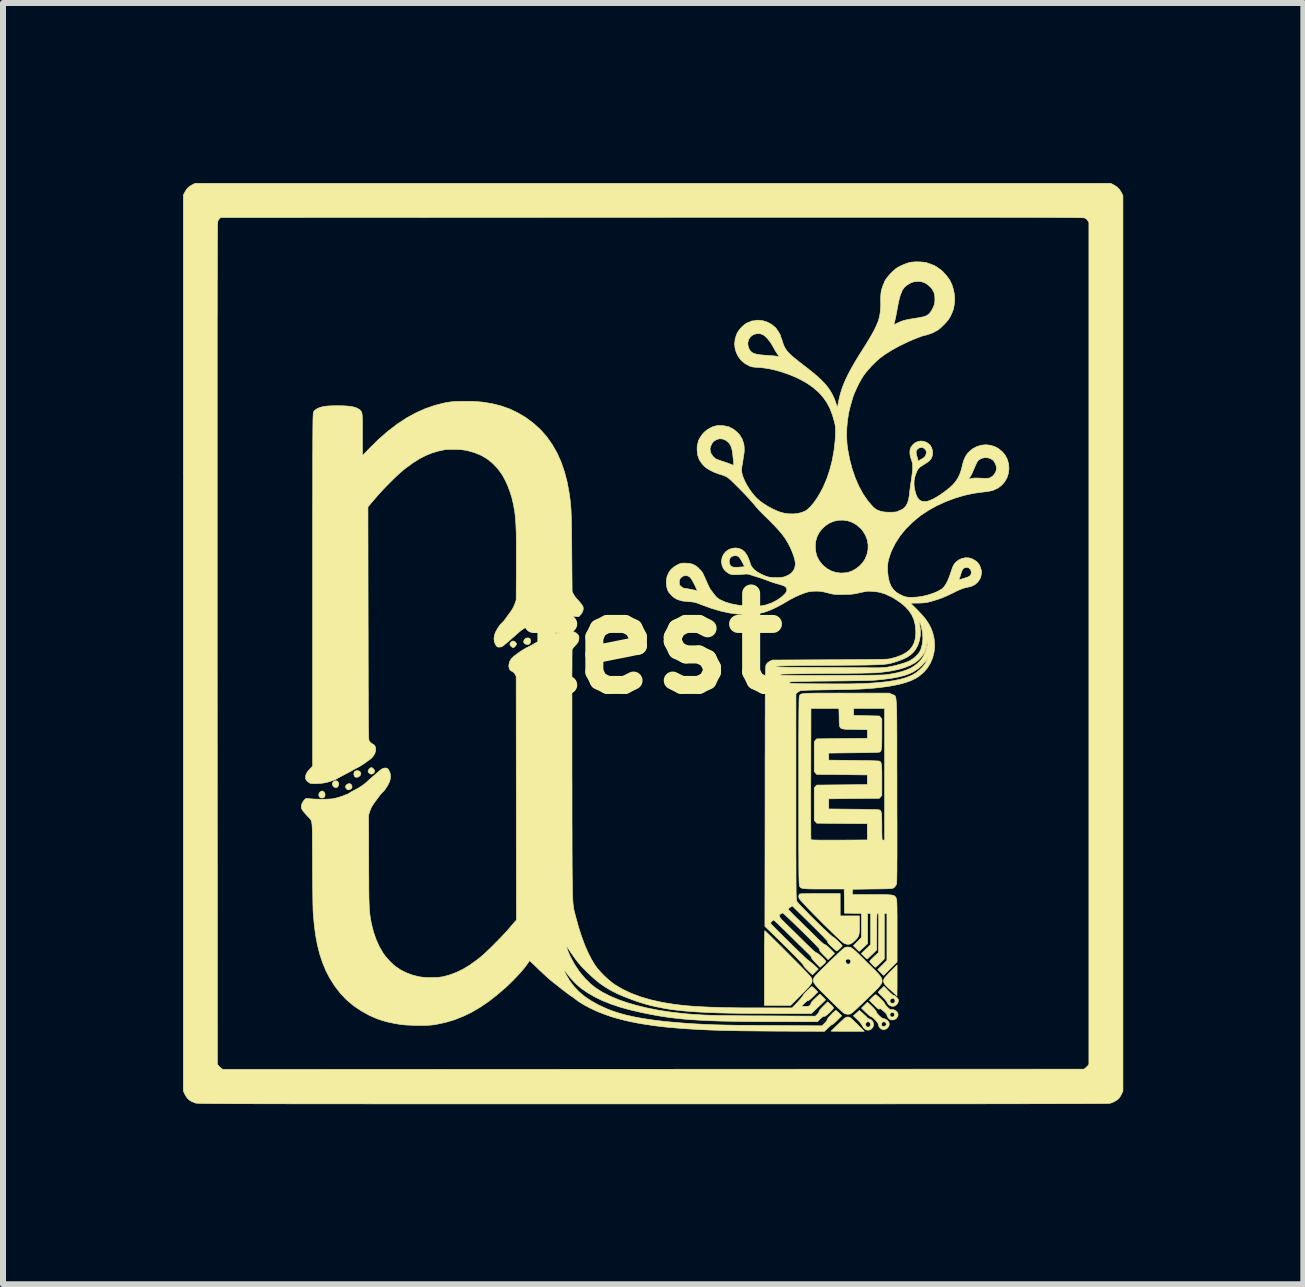
<source format=kicad_pcb>
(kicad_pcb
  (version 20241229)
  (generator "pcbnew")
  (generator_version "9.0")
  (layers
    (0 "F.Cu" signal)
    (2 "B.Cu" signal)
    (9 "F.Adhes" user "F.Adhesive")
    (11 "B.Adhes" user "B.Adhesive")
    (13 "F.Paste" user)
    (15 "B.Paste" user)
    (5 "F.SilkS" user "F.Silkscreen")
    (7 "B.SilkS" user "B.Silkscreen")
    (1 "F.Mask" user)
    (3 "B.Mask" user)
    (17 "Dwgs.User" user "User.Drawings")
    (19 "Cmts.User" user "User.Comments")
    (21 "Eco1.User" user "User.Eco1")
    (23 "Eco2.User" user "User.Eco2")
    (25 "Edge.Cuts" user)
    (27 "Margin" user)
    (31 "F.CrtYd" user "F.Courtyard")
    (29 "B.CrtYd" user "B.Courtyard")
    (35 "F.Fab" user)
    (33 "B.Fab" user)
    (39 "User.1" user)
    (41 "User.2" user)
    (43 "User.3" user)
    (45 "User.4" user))
  (footprint "test"
    (layer "F.Cu")
    (at 7.832 7.672)
    (property "Reference" "test" (at 0 0 0) (layer "F.SilkS") (effects (font (size 1.524 1.524) (thickness 0.3))))
    (attr through_hole)
    (fp_poly (pts (xy -5.262 2.293) (xy -5.245 2.313) (xy -5.238 2.34) (xy -5.244 2.37) (xy -5.259 2.391) (xy -5.28 2.4) (xy -5.305 2.396) (xy -5.32 2.386) (xy -5.341 2.36) (xy -5.346 2.336) (xy -5.335 2.311) (xy -5.334 2.308) (xy -5.31 2.29) (xy -5.285 2.285) (xy -5.262 2.293)) (stroke (width 0.01) (type solid)) (fill yes) (layer "F.SilkS"))
    (fp_poly (pts (xy -5.051 2.335) (xy -5.029 2.351) (xy -5.017 2.376) (xy -5.018 2.399) (xy -5.031 2.418) (xy -5.051 2.432) (xy -5.075 2.437) (xy -5.098 2.432) (xy -5.107 2.424) (xy -5.124 2.398) (xy -5.125 2.376) (xy -5.11 2.355) (xy -5.105 2.35) (xy -5.077 2.335) (xy -5.051 2.335)) (stroke (width 0.01) (type solid)) (fill yes) (layer "F.SilkS"))
    (fp_poly (pts (xy -5.488 2.469) (xy -5.486 2.471) (xy -5.472 2.491) (xy -5.466 2.518) (xy -5.47 2.544) (xy -5.483 2.563) (xy -5.508 2.573) (xy -5.535 2.571) (xy -5.557 2.558) (xy -5.57 2.533) (xy -5.569 2.504) (xy -5.555 2.479) (xy -5.549 2.473) (xy -5.526 2.459) (xy -5.508 2.457) (xy -5.488 2.469)) (stroke (width 0.01) (type solid)) (fill yes) (layer "F.SilkS"))
    (fp_poly (pts (xy -1.726 -0.263) (xy -1.702 -0.25) (xy -1.684 -0.225) (xy -1.681 -0.215) (xy -1.682 -0.19) (xy -1.696 -0.17) (xy -1.718 -0.157) (xy -1.744 -0.153) (xy -1.769 -0.161) (xy -1.773 -0.163) (xy -1.784 -0.18) (xy -1.789 -0.206) (xy -1.787 -0.231) (xy -1.778 -0.249) (xy -1.752 -0.263) (xy -1.726 -0.263)) (stroke (width 0.01) (type solid)) (fill yes) (layer "F.SilkS"))
    (fp_poly (pts (xy -4.892 2.128) (xy -4.885 2.134) (xy -4.871 2.156) (xy -4.872 2.181) (xy -4.886 2.204) (xy -4.906 2.22) (xy -4.932 2.228) (xy -4.957 2.226) (xy -4.975 2.215) (xy -4.978 2.21) (xy -4.986 2.183) (xy -4.984 2.154) (xy -4.973 2.132) (xy -4.971 2.131) (xy -4.947 2.119) (xy -4.918 2.118) (xy -4.892 2.128)) (stroke (width 0.01) (type solid)) (fill yes) (layer "F.SilkS"))
    (fp_poly (pts (xy -4.677 2.073) (xy -4.659 2.089) (xy -4.644 2.109) (xy -4.64 2.125) (xy -4.647 2.147) (xy -4.666 2.166) (xy -4.689 2.175) (xy -4.695 2.176) (xy -4.717 2.17) (xy -4.733 2.159) (xy -4.746 2.14) (xy -4.75 2.125) (xy -4.743 2.106) (xy -4.728 2.086) (xy -4.709 2.071) (xy -4.695 2.066) (xy -4.677 2.073)) (stroke (width 0.01) (type solid)) (fill yes) (layer "F.SilkS"))
    (fp_poly (pts (xy -2.071 -0.092) (xy -2.052 -0.081) (xy -2.049 -0.077) (xy -2.041 -0.049) (xy -2.043 -0.021) (xy -2.054 0.001) (xy -2.056 0.003) (xy -2.08 0.015) (xy -2.109 0.015) (xy -2.136 0.005) (xy -2.142 0) (xy -2.157 -0.023) (xy -2.155 -0.047) (xy -2.141 -0.071) (xy -2.121 -0.087) (xy -2.096 -0.094) (xy -2.071 -0.092)) (stroke (width 0.01) (type solid)) (fill yes) (layer "F.SilkS"))
    (fp_poly (pts (xy -1.935 -0.301) (xy -1.92 -0.29) (xy -1.903 -0.265) (xy -1.902 -0.243) (xy -1.917 -0.222) (xy -1.922 -0.217) (xy -1.941 -0.202) (xy -1.953 -0.197) (xy -1.967 -0.199) (xy -1.979 -0.204) (xy -1.996 -0.217) (xy -2.007 -0.234) (xy -2.009 -0.259) (xy -1.999 -0.28) (xy -1.98 -0.296) (xy -1.957 -0.304) (xy -1.935 -0.301)) (stroke (width 0.01) (type solid)) (fill yes) (layer "F.SilkS"))
    (fp_poly (pts (xy -1.481 -0.433) (xy -1.464 -0.416) (xy -1.456 -0.391) (xy -1.46 -0.366) (xy -1.475 -0.343) (xy -1.479 -0.339) (xy -1.501 -0.325) (xy -1.519 -0.324) (xy -1.539 -0.336) (xy -1.542 -0.338) (xy -1.556 -0.355) (xy -1.56 -0.38) (xy -1.56 -0.386) (xy -1.554 -0.416) (xy -1.536 -0.434) (xy -1.507 -0.44) (xy -1.481 -0.433)) (stroke (width 0.01) (type solid)) (fill yes) (layer "F.SilkS"))
    (fp_poly (pts (xy -2.309 -0.035) (xy -2.289 -0.018) (xy -2.278 0.003) (xy -2.278 0.009) (xy -2.284 0.027) (xy -2.299 0.047) (xy -2.318 0.063) (xy -2.333 0.068) (xy -2.347 0.062) (xy -2.365 0.048) (xy -2.367 0.047) (xy -2.381 0.028) (xy -2.388 0.01) (xy -2.388 0.009) (xy -2.38 -0.013) (xy -2.362 -0.032) (xy -2.338 -0.042) (xy -2.333 -0.042) (xy -2.309 -0.035)) (stroke (width 0.01) (type solid)) (fill yes) (layer "F.SilkS"))
    (fp_poly (pts (xy 4.064 5.611) (xy 4.064 5.675) (xy 4.064 5.733) (xy 4.063 5.783) (xy 4.063 5.824) (xy 4.063 5.852) (xy 4.062 5.866) (xy 4.062 5.867) (xy 4.055 5.862) (xy 4.04 5.848) (xy 4.025 5.835) (xy 4.004 5.816) (xy 3.975 5.79) (xy 3.942 5.76) (xy 3.922 5.742) (xy 3.882 5.704) (xy 3.856 5.673) (xy 3.842 5.646) (xy 3.838 5.62) (xy 3.845 5.593) (xy 3.847 5.588) (xy 3.857 5.572) (xy 3.877 5.547) (xy 3.905 5.516) (xy 3.938 5.481) (xy 3.962 5.457) (xy 4.064 5.355) (xy 4.064 5.611)) (stroke (width 0.01) (type solid)) (fill yes) (layer "F.SilkS"))
    (fp_poly (pts (xy 3.256 6.223) (xy 3.268 6.226) (xy 3.28 6.231) (xy 3.295 6.242) (xy 3.315 6.26) (xy 3.342 6.285) (xy 3.377 6.32) (xy 3.399 6.341) (xy 3.518 6.46) (xy 3.239 6.46) (xy 3.173 6.46) (xy 3.112 6.46) (xy 3.059 6.459) (xy 3.016 6.459) (xy 2.985 6.459) (xy 2.967 6.458) (xy 2.964 6.458) (xy 2.971 6.451) (xy 2.988 6.435) (xy 3.014 6.41) (xy 3.045 6.379) (xy 3.082 6.344) (xy 3.087 6.339) (xy 3.128 6.299) (xy 3.16 6.27) (xy 3.183 6.249) (xy 3.2 6.236) (xy 3.214 6.228) (xy 3.225 6.224) (xy 3.238 6.223) (xy 3.243 6.223) (xy 3.256 6.223)) (stroke (width 0.01) (type solid)) (fill yes) (layer "F.SilkS"))
    (fp_poly (pts (xy 3.505 6.174) (xy 3.533 6.199) (xy 3.555 6.221) (xy 3.569 6.236) (xy 3.573 6.241) (xy 3.58 6.247) (xy 3.596 6.252) (xy 3.632 6.268) (xy 3.657 6.293) (xy 3.671 6.325) (xy 3.672 6.359) (xy 3.661 6.392) (xy 3.637 6.42) (xy 3.623 6.429) (xy 3.591 6.442) (xy 3.559 6.439) (xy 3.532 6.426) (xy 3.506 6.402) (xy 3.486 6.369) (xy 3.468 6.338) (xy 3.465 6.334) (xy 3.541 6.334) (xy 3.541 6.358) (xy 3.552 6.378) (xy 3.571 6.391) (xy 3.581 6.392) (xy 3.6 6.387) (xy 3.61 6.379) (xy 3.622 6.356) (xy 3.62 6.331) (xy 3.61 6.315) (xy 3.588 6.301) (xy 3.565 6.303) (xy 3.552 6.313) (xy 3.541 6.334) (xy 3.465 6.334) (xy 3.437 6.3) (xy 3.403 6.265) (xy 3.337 6.202) (xy 3.387 6.157) (xy 3.437 6.112) (xy 3.505 6.174)) (stroke (width 0.01) (type solid)) (fill yes) (layer "F.SilkS"))
    (fp_poly (pts (xy 1.868 4.79) (xy 1.885 4.806) (xy 1.913 4.833) (xy 1.95 4.869) (xy 1.994 4.913) (xy 2.046 4.964) (xy 2.103 5.02) (xy 2.165 5.082) (xy 2.23 5.148) (xy 2.249 5.167) (xy 2.328 5.246) (xy 2.396 5.314) (xy 2.453 5.372) (xy 2.501 5.421) (xy 2.54 5.461) (xy 2.571 5.494) (xy 2.596 5.521) (xy 2.614 5.542) (xy 2.627 5.558) (xy 2.635 5.571) (xy 2.64 5.581) (xy 2.642 5.585) (xy 2.647 5.604) (xy 2.648 5.622) (xy 2.646 5.64) (xy 2.638 5.66) (xy 2.624 5.682) (xy 2.602 5.71) (xy 2.571 5.743) (xy 2.531 5.785) (xy 2.481 5.837) (xy 2.461 5.857) (xy 2.29 6.028) (xy 1.854 6.028) (xy 1.854 5.406) (xy 1.854 5.305) (xy 1.855 5.209) (xy 1.855 5.12) (xy 1.855 5.038) (xy 1.856 4.965) (xy 1.857 4.903) (xy 1.858 4.852) (xy 1.859 4.815) (xy 1.86 4.791) (xy 1.861 4.784) (xy 1.868 4.79)) (stroke (width 0.01) (type solid)) (fill yes) (layer "F.SilkS"))
    (fp_poly (pts (xy 3.116 4.538) (xy 3.437 4.538) (xy 3.437 4.688) (xy 3.437 4.751) (xy 3.435 4.799) (xy 3.431 4.836) (xy 3.424 4.866) (xy 3.412 4.89) (xy 3.396 4.913) (xy 3.374 4.936) (xy 3.36 4.95) (xy 3.32 4.985) (xy 3.285 5.005) (xy 3.25 5.012) (xy 3.213 5.006) (xy 3.183 4.995) (xy 3.168 4.985) (xy 3.143 4.964) (xy 3.109 4.934) (xy 3.068 4.896) (xy 3.02 4.85) (xy 2.968 4.8) (xy 2.912 4.745) (xy 2.853 4.688) (xy 2.794 4.629) (xy 2.735 4.569) (xy 2.677 4.511) (xy 2.623 4.455) (xy 2.572 4.403) (xy 2.528 4.355) (xy 2.49 4.314) (xy 2.46 4.281) (xy 2.44 4.256) (xy 2.43 4.242) (xy 2.43 4.241) (xy 2.426 4.207) (xy 2.433 4.182) (xy 2.442 4.172) (xy 2.452 4.171) (xy 2.478 4.169) (xy 2.516 4.168) (xy 2.566 4.167) (xy 2.625 4.167) (xy 2.692 4.166) (xy 2.764 4.166) (xy 2.783 4.166) (xy 3.116 4.166) (xy 3.116 4.538)) (stroke (width 0.01) (type solid)) (fill yes) (layer "F.SilkS"))
    (fp_poly (pts (xy 3.916 5.785) (xy 3.945 5.814) (xy 3.971 5.837) (xy 3.991 5.853) (xy 4.002 5.859) (xy 4.022 5.865) (xy 4.045 5.882) (xy 4.067 5.904) (xy 4.082 5.926) (xy 4.085 5.935) (xy 4.084 5.968) (xy 4.07 6) (xy 4.046 6.025) (xy 4.014 6.042) (xy 3.99 6.045) (xy 3.966 6.04) (xy 3.941 6.029) (xy 3.936 6.026) (xy 3.912 6.003) (xy 3.898 5.977) (xy 3.886 5.955) (xy 3.945 5.955) (xy 3.95 5.977) (xy 3.956 5.984) (xy 3.971 5.992) (xy 3.988 5.994) (xy 4.008 5.991) (xy 4.02 5.984) (xy 4.028 5.968) (xy 4.03 5.952) (xy 4.024 5.926) (xy 4.006 5.912) (xy 3.991 5.91) (xy 3.968 5.917) (xy 3.952 5.934) (xy 3.945 5.955) (xy 3.886 5.955) (xy 3.885 5.955) (xy 3.86 5.925) (xy 3.824 5.888) (xy 3.82 5.884) (xy 3.792 5.857) (xy 3.77 5.834) (xy 3.755 5.818) (xy 3.751 5.811) (xy 3.756 5.802) (xy 3.771 5.784) (xy 3.793 5.762) (xy 3.798 5.757) (xy 3.845 5.711) (xy 3.916 5.785)) (stroke (width 0.01) (type solid)) (fill yes) (layer "F.SilkS"))
    (fp_poly (pts (xy 3.644 6.045) (xy 3.68 6.082) (xy 3.704 6.11) (xy 3.716 6.129) (xy 3.717 6.133) (xy 3.723 6.15) (xy 3.739 6.172) (xy 3.762 6.196) (xy 3.787 6.22) (xy 3.811 6.238) (xy 3.83 6.248) (xy 3.834 6.248) (xy 3.866 6.256) (xy 3.897 6.274) (xy 3.921 6.3) (xy 3.933 6.325) (xy 3.932 6.357) (xy 3.918 6.388) (xy 3.895 6.414) (xy 3.882 6.421) (xy 3.851 6.432) (xy 3.824 6.432) (xy 3.8 6.421) (xy 3.775 6.4) (xy 3.757 6.369) (xy 3.751 6.34) (xy 3.749 6.334) (xy 3.802 6.334) (xy 3.803 6.355) (xy 3.814 6.372) (xy 3.831 6.381) (xy 3.853 6.38) (xy 3.871 6.37) (xy 3.885 6.349) (xy 3.882 6.328) (xy 3.872 6.315) (xy 3.851 6.301) (xy 3.828 6.303) (xy 3.815 6.313) (xy 3.802 6.334) (xy 3.749 6.334) (xy 3.745 6.326) (xy 3.731 6.305) (xy 3.711 6.281) (xy 3.688 6.257) (xy 3.666 6.237) (xy 3.647 6.222) (xy 3.635 6.217) (xy 3.634 6.218) (xy 3.625 6.214) (xy 3.606 6.201) (xy 3.581 6.179) (xy 3.552 6.152) (xy 3.548 6.149) (xy 3.472 6.074) (xy 3.571 5.975) (xy 3.644 6.045)) (stroke (width 0.01) (type solid)) (fill yes) (layer "F.SilkS"))
    (fp_poly (pts (xy 3.719 5.856) (xy 3.738 5.871) (xy 3.761 5.892) (xy 3.787 5.917) (xy 3.812 5.942) (xy 3.835 5.966) (xy 3.851 5.986) (xy 3.858 5.998) (xy 3.858 6) (xy 3.861 6.008) (xy 3.873 6.025) (xy 3.893 6.047) (xy 3.9 6.055) (xy 3.925 6.079) (xy 3.942 6.093) (xy 3.956 6.099) (xy 3.97 6.099) (xy 3.975 6.099) (xy 4.008 6.101) (xy 4.039 6.116) (xy 4.064 6.14) (xy 4.079 6.169) (xy 4.081 6.185) (xy 4.074 6.211) (xy 4.057 6.238) (xy 4.035 6.258) (xy 4.03 6.261) (xy 3.994 6.272) (xy 3.959 6.268) (xy 3.943 6.261) (xy 3.923 6.243) (xy 3.905 6.219) (xy 3.895 6.194) (xy 3.895 6.187) (xy 3.894 6.185) (xy 3.945 6.185) (xy 3.95 6.204) (xy 3.956 6.213) (xy 3.972 6.221) (xy 3.984 6.223) (xy 4.003 6.218) (xy 4.012 6.213) (xy 4.02 6.196) (xy 4.022 6.185) (xy 4.017 6.165) (xy 4.012 6.157) (xy 3.995 6.148) (xy 3.984 6.147) (xy 3.964 6.151) (xy 3.956 6.157) (xy 3.947 6.173) (xy 3.945 6.185) (xy 3.894 6.185) (xy 3.892 6.179) (xy 3.882 6.166) (xy 3.864 6.147) (xy 3.835 6.121) (xy 3.816 6.105) (xy 3.796 6.089) (xy 3.783 6.083) (xy 3.773 6.087) (xy 3.771 6.088) (xy 3.764 6.091) (xy 3.755 6.089) (xy 3.741 6.079) (xy 3.72 6.06) (xy 3.69 6.031) (xy 3.68 6.021) (xy 3.603 5.944) (xy 3.649 5.897) (xy 3.673 5.875) (xy 3.693 5.858) (xy 3.707 5.851) (xy 3.708 5.85) (xy 3.719 5.856)) (stroke (width 0.01) (type solid)) (fill yes) (layer "F.SilkS"))
    (fp_poly (pts (xy 3.27 5.058) (xy 3.29 5.063) (xy 3.3 5.068) (xy 3.311 5.074) (xy 3.323 5.083) (xy 3.339 5.096) (xy 3.36 5.114) (xy 3.386 5.138) (xy 3.419 5.17) (xy 3.46 5.21) (xy 3.51 5.259) (xy 3.57 5.32) (xy 3.587 5.336) (xy 3.653 5.401) (xy 3.708 5.456) (xy 3.752 5.502) (xy 3.784 5.541) (xy 3.805 5.576) (xy 3.814 5.608) (xy 3.813 5.639) (xy 3.8 5.671) (xy 3.775 5.706) (xy 3.74 5.746) (xy 3.693 5.794) (xy 3.635 5.85) (xy 3.586 5.897) (xy 3.518 5.963) (xy 3.461 6.018) (xy 3.413 6.063) (xy 3.375 6.099) (xy 3.345 6.126) (xy 3.322 6.146) (xy 3.304 6.16) (xy 3.292 6.168) (xy 3.284 6.172) (xy 3.281 6.172) (xy 3.262 6.175) (xy 3.258 6.175) (xy 3.241 6.176) (xy 3.23 6.175) (xy 3.208 6.17) (xy 3.192 6.167) (xy 3.18 6.16) (xy 3.158 6.141) (xy 3.125 6.111) (xy 3.083 6.072) (xy 3.032 6.023) (xy 2.972 5.965) (xy 2.927 5.92) (xy 2.863 5.856) (xy 2.81 5.803) (xy 2.767 5.759) (xy 2.734 5.723) (xy 2.708 5.693) (xy 2.69 5.67) (xy 2.678 5.65) (xy 2.671 5.633) (xy 2.669 5.618) (xy 2.67 5.603) (xy 2.673 5.587) (xy 2.675 5.581) (xy 2.679 5.571) (xy 2.687 5.558) (xy 2.701 5.541) (xy 2.721 5.519) (xy 2.748 5.49) (xy 2.783 5.454) (xy 2.828 5.409) (xy 2.883 5.355) (xy 2.926 5.313) (xy 2.942 5.297) (xy 3.207 5.297) (xy 3.214 5.321) (xy 3.23 5.337) (xy 3.253 5.342) (xy 3.275 5.334) (xy 3.28 5.329) (xy 3.293 5.307) (xy 3.292 5.284) (xy 3.278 5.266) (xy 3.255 5.256) (xy 3.246 5.256) (xy 3.222 5.261) (xy 3.209 5.277) (xy 3.207 5.297) (xy 2.942 5.297) (xy 2.98 5.26) (xy 3.031 5.212) (xy 3.077 5.168) (xy 3.117 5.13) (xy 3.15 5.1) (xy 3.175 5.078) (xy 3.189 5.067) (xy 3.191 5.066) (xy 3.229 5.056) (xy 3.27 5.058)) (stroke (width 0.01) (type solid)) (fill yes) (layer "F.SilkS"))
    (fp_poly (pts (xy 7.671 -7.643) (xy 7.727 -7.608) (xy 7.772 -7.562) (xy 7.803 -7.512) (xy 7.827 -7.463) (xy 7.827 7.455) (xy 7.803 7.507) (xy 7.786 7.539) (xy 7.767 7.568) (xy 7.753 7.585) (xy 7.717 7.612) (xy 7.672 7.637) (xy 7.624 7.656) (xy 7.603 7.662) (xy 7.593 7.662) (xy 7.568 7.663) (xy 7.528 7.663) (xy 7.472 7.664) (xy 7.402 7.664) (xy 7.316 7.665) (xy 7.215 7.665) (xy 7.098 7.666) (xy 6.966 7.666) (xy 6.819 7.666) (xy 6.656 7.667) (xy 6.477 7.667) (xy 6.282 7.667) (xy 6.072 7.668) (xy 5.846 7.668) (xy 5.604 7.668) (xy 5.346 7.669) (xy 5.072 7.669) (xy 4.781 7.669) (xy 4.475 7.669) (xy 4.152 7.669) (xy 3.813 7.67) (xy 3.458 7.67) (xy 3.086 7.67) (xy 2.698 7.67) (xy 2.293 7.67) (xy 1.872 7.67) (xy 1.434 7.67) (xy 0.979 7.67) (xy 0.508 7.67) (xy 0.019 7.67) (xy -0.008 7.67) (xy -0.439 7.67) (xy -0.853 7.67) (xy -1.251 7.67) (xy -1.633 7.67) (xy -2 7.67) (xy -2.351 7.67) (xy -2.687 7.67) (xy -3.008 7.67) (xy -3.315 7.67) (xy -3.608 7.67) (xy -3.888 7.67) (xy -4.154 7.67) (xy -4.407 7.67) (xy -4.648 7.67) (xy -4.876 7.669) (xy -5.092 7.669) (xy -5.296 7.669) (xy -5.489 7.669) (xy -5.671 7.669) (xy -5.843 7.669) (xy -6.004 7.669) (xy -6.155 7.668) (xy -6.296 7.668) (xy -6.428 7.668) (xy -6.55 7.668) (xy -6.664 7.667) (xy -6.77 7.667) (xy -6.867 7.667) (xy -6.957 7.667) (xy -7.039 7.666) (xy -7.115 7.666) (xy -7.183 7.665) (xy -7.245 7.665) (xy -7.301 7.665) (xy -7.351 7.664) (xy -7.396 7.664) (xy -7.435 7.663) (xy -7.47 7.663) (xy -7.5 7.662) (xy -7.526 7.662) (xy -7.548 7.661) (xy -7.567 7.66) (xy -7.582 7.66) (xy -7.595 7.659) (xy -7.605 7.658) (xy -7.613 7.658) (xy -7.62 7.657) (xy -7.624 7.656) (xy -7.628 7.655) (xy -7.628 7.655) (xy -7.689 7.63) (xy -7.737 7.599) (xy -7.774 7.557) (xy -7.804 7.506) (xy -7.827 7.455) (xy -7.827 -3.17) (xy -7.263 -3.17) (xy -7.263 -2.854) (xy -7.263 -2.524) (xy -7.263 -2.178) (xy -7.263 -1.816) (xy -7.263 -1.439) (xy -7.263 -1.046) (xy -7.263 -0.637) (xy -7.263 -0.211) (xy -7.263 0.006) (xy -7.26 7.009) (xy -7.242 7.033) (xy -7.223 7.054) (xy -7.199 7.074) (xy -7.197 7.076) (xy -7.169 7.095) (xy 0.005 7.093) (xy 7.178 7.091) (xy 7.202 7.073) (xy 7.224 7.053) (xy 7.243 7.033) (xy 7.26 7.009) (xy 7.26 -7.015) (xy 7.243 -7.044) (xy 7.224 -7.068) (xy 7.199 -7.087) (xy 7.196 -7.089) (xy 7.194 -7.09) (xy 7.191 -7.09) (xy 7.186 -7.091) (xy 7.179 -7.092) (xy 7.17 -7.093) (xy 7.158 -7.093) (xy 7.144 -7.094) (xy 7.126 -7.095) (xy 7.105 -7.095) (xy 7.08 -7.096) (xy 7.05 -7.096) (xy 7.016 -7.097) (xy 6.978 -7.097) (xy 6.934 -7.098) (xy 6.884 -7.098) (xy 6.828 -7.099) (xy 6.767 -7.099) (xy 6.698 -7.099) (xy 6.623 -7.1) (xy 6.541 -7.1) (xy 6.451 -7.1) (xy 6.353 -7.101) (xy 6.246 -7.101) (xy 6.132 -7.101) (xy 6.008 -7.101) (xy 5.875 -7.101) (xy 5.732 -7.102) (xy 5.58 -7.102) (xy 5.417 -7.102) (xy 5.244 -7.102) (xy 5.06 -7.102) (xy 4.864 -7.102) (xy 4.657 -7.102) (xy 4.438 -7.102) (xy 4.206 -7.102) (xy 3.962 -7.102) (xy 3.705 -7.102) (xy 3.435 -7.102) (xy 3.151 -7.102) (xy 2.854 -7.102) (xy 2.542 -7.102) (xy 2.215 -7.102) (xy 1.873 -7.102) (xy 1.516 -7.102) (xy 1.144 -7.102) (xy 0.755 -7.102) (xy 0.35 -7.102) (xy -0.018 -7.101) (xy -7.204 -7.099) (xy -7.224 -7.08) (xy -7.241 -7.058) (xy -7.254 -7.032) (xy -7.255 -7.029) (xy -7.256 -7.024) (xy -7.256 -7.01) (xy -7.257 -6.99) (xy -7.257 -6.961) (xy -7.258 -6.923) (xy -7.258 -6.878) (xy -7.259 -6.823) (xy -7.259 -6.76) (xy -7.26 -6.687) (xy -7.26 -6.604) (xy -7.26 -6.512) (xy -7.261 -6.409) (xy -7.261 -6.296) (xy -7.261 -6.172) (xy -7.262 -6.038) (xy -7.262 -5.892) (xy -7.262 -5.734) (xy -7.262 -5.565) (xy -7.263 -5.384) (xy -7.263 -5.191) (xy -7.263 -4.985) (xy -7.263 -4.766) (xy -7.263 -4.535) (xy -7.263 -4.29) (xy -7.263 -4.031) (xy -7.263 -3.758) (xy -7.263 -3.471) (xy -7.263 -3.17) (xy -7.827 -3.17) (xy -7.827 -7.472) (xy -7.801 -7.523) (xy -7.773 -7.568) (xy -7.743 -7.601) (xy -7.704 -7.629) (xy -7.679 -7.643) (xy -7.633 -7.667) (xy 7.624 -7.667) (xy 7.671 -7.643)) (stroke (width 0.01) (type solid)) (fill yes) (layer "F.SilkS"))
    (fp_poly (pts (xy -3.014 -4.036) (xy -2.845 -4.023) (xy -2.685 -3.997) (xy -2.534 -3.959) (xy -2.391 -3.909) (xy -2.255 -3.844) (xy -2.125 -3.767) (xy -2.121 -3.764) (xy -1.993 -3.669) (xy -1.878 -3.564) (xy -1.774 -3.447) (xy -1.683 -3.318) (xy -1.602 -3.177) (xy -1.534 -3.025) (xy -1.477 -2.86) (xy -1.431 -2.683) (xy -1.397 -2.494) (xy -1.392 -2.46) (xy -1.387 -2.418) (xy -1.382 -2.379) (xy -1.378 -2.341) (xy -1.374 -2.303) (xy -1.371 -2.262) (xy -1.368 -2.218) (xy -1.366 -2.169) (xy -1.364 -2.114) (xy -1.362 -2.051) (xy -1.361 -1.978) (xy -1.36 -1.895) (xy -1.359 -1.8) (xy -1.357 -1.691) (xy -1.356 -1.567) (xy -1.356 -1.537) (xy -1.35 -0.868) (xy -1.33 -0.826) (xy -1.311 -0.794) (xy -1.289 -0.764) (xy -1.279 -0.752) (xy -1.242 -0.713) (xy -1.21 -0.675) (xy -1.185 -0.642) (xy -1.17 -0.616) (xy -1.167 -0.61) (xy -1.164 -0.576) (xy -1.173 -0.537) (xy -1.195 -0.498) (xy -1.209 -0.481) (xy -1.24 -0.447) (xy -1.321 -0.454) (xy -1.37 -0.457) (xy -1.426 -0.46) (xy -1.487 -0.46) (xy -1.547 -0.46) (xy -1.603 -0.459) (xy -1.652 -0.456) (xy -1.689 -0.452) (xy -1.702 -0.45) (xy -1.78 -0.432) (xy -1.842 -0.412) (xy -1.874 -0.399) (xy -1.898 -0.388) (xy -1.916 -0.382) (xy -1.922 -0.381) (xy -1.934 -0.377) (xy -1.954 -0.365) (xy -1.967 -0.357) (xy -1.996 -0.339) (xy -2.03 -0.32) (xy -2.049 -0.311) (xy -2.124 -0.27) (xy -2.195 -0.223) (xy -2.252 -0.176) (xy -2.281 -0.15) (xy -2.317 -0.117) (xy -2.358 -0.082) (xy -2.4 -0.045) (xy -2.439 -0.012) (xy -2.473 0.017) (xy -2.496 0.036) (xy -2.525 0.054) (xy -2.558 0.059) (xy -2.563 0.059) (xy -2.585 0.058) (xy -2.599 0.053) (xy -2.612 0.039) (xy -2.625 0.02) (xy -2.645 -0.028) (xy -2.652 -0.081) (xy -2.644 -0.138) (xy -2.628 -0.185) (xy -2.606 -0.226) (xy -2.582 -0.267) (xy -2.556 -0.303) (xy -2.533 -0.331) (xy -2.519 -0.345) (xy -2.503 -0.359) (xy -2.483 -0.382) (xy -2.461 -0.41) (xy -2.458 -0.415) (xy -2.433 -0.45) (xy -2.403 -0.49) (xy -2.376 -0.527) (xy -2.374 -0.529) (xy -2.334 -0.593) (xy -2.306 -0.656) (xy -2.282 -0.724) (xy -2.279 -1.283) (xy -2.279 -1.422) (xy -2.279 -1.546) (xy -2.279 -1.656) (xy -2.28 -1.753) (xy -2.281 -1.839) (xy -2.284 -1.916) (xy -2.287 -1.985) (xy -2.291 -2.047) (xy -2.296 -2.104) (xy -2.301 -2.157) (xy -2.308 -2.208) (xy -2.317 -2.258) (xy -2.326 -2.309) (xy -2.33 -2.328) (xy -2.353 -2.427) (xy -2.385 -2.529) (xy -2.423 -2.63) (xy -2.466 -2.723) (xy -2.511 -2.805) (xy -2.517 -2.815) (xy -2.59 -2.916) (xy -2.673 -3.003) (xy -2.766 -3.077) (xy -2.868 -3.137) (xy -2.981 -3.183) (xy -3.104 -3.216) (xy -3.158 -3.225) (xy -3.195 -3.23) (xy -3.242 -3.233) (xy -3.295 -3.235) (xy -3.349 -3.235) (xy -3.399 -3.235) (xy -3.441 -3.233) (xy -3.467 -3.23) (xy -3.579 -3.207) (xy -3.686 -3.175) (xy -3.791 -3.132) (xy -3.895 -3.078) (xy -4.002 -3.011) (xy -4.113 -2.93) (xy -4.153 -2.899) (xy -4.202 -2.857) (xy -4.26 -2.805) (xy -4.323 -2.745) (xy -4.39 -2.678) (xy -4.458 -2.609) (xy -4.525 -2.539) (xy -4.587 -2.47) (xy -4.643 -2.405) (xy -4.644 -2.404) (xy -4.752 -2.277) (xy -4.749 -0.34) (xy -4.748 -0.127) (xy -4.748 0.07) (xy -4.748 0.252) (xy -4.747 0.418) (xy -4.747 0.571) (xy -4.747 0.709) (xy -4.746 0.835) (xy -4.746 0.948) (xy -4.746 1.05) (xy -4.745 1.14) (xy -4.745 1.221) (xy -4.744 1.291) (xy -4.744 1.352) (xy -4.743 1.405) (xy -4.742 1.451) (xy -4.742 1.489) (xy -4.741 1.521) (xy -4.74 1.547) (xy -4.739 1.568) (xy -4.738 1.584) (xy -4.737 1.597) (xy -4.735 1.606) (xy -4.734 1.613) (xy -4.732 1.618) (xy -4.73 1.622) (xy -4.729 1.626) (xy -4.705 1.653) (xy -4.676 1.672) (xy -4.646 1.692) (xy -4.629 1.72) (xy -4.623 1.759) (xy -4.625 1.786) (xy -4.636 1.829) (xy -4.661 1.873) (xy -4.696 1.912) (xy -4.719 1.931) (xy -4.77 1.967) (xy -4.81 1.996) (xy -4.843 2.018) (xy -4.872 2.036) (xy -4.9 2.053) (xy -4.93 2.068) (xy -4.943 2.075) (xy -4.977 2.093) (xy -5.005 2.108) (xy -5.025 2.119) (xy -5.032 2.124) (xy -5.043 2.13) (xy -5.066 2.143) (xy -5.098 2.16) (xy -5.136 2.18) (xy -5.152 2.188) (xy -5.192 2.209) (xy -5.226 2.228) (xy -5.253 2.242) (xy -5.268 2.251) (xy -5.271 2.252) (xy -5.286 2.261) (xy -5.314 2.272) (xy -5.349 2.285) (xy -5.388 2.298) (xy -5.426 2.31) (xy -5.457 2.317) (xy -5.493 2.324) (xy -5.537 2.329) (xy -5.584 2.332) (xy -5.629 2.334) (xy -5.67 2.333) (xy -5.7 2.331) (xy -5.715 2.328) (xy -5.734 2.316) (xy -5.757 2.298) (xy -5.764 2.292) (xy -5.783 2.269) (xy -5.791 2.246) (xy -5.791 2.236) (xy -5.788 2.197) (xy -5.776 2.164) (xy -5.754 2.129) (xy -5.724 2.095) (xy -5.673 2.042) (xy -5.673 -0.895) (xy -5.673 -1.16) (xy -5.673 -1.408) (xy -5.673 -1.641) (xy -5.673 -1.858) (xy -5.673 -2.061) (xy -5.673 -2.249) (xy -5.672 -2.423) (xy -5.672 -2.585) (xy -5.672 -2.733) (xy -5.672 -2.87) (xy -5.672 -2.994) (xy -5.672 -3.108) (xy -5.671 -3.211) (xy -5.671 -3.304) (xy -5.671 -3.387) (xy -5.67 -3.462) (xy -5.67 -3.528) (xy -5.669 -3.586) (xy -5.669 -3.637) (xy -5.668 -3.681) (xy -5.668 -3.718) (xy -5.667 -3.75) (xy -5.666 -3.776) (xy -5.665 -3.798) (xy -5.664 -3.815) (xy -5.663 -3.829) (xy -5.662 -3.839) (xy -5.661 -3.847) (xy -5.66 -3.853) (xy -5.659 -3.857) (xy -5.657 -3.86) (xy -5.657 -3.861) (xy -5.64 -3.883) (xy -5.613 -3.904) (xy -5.587 -3.918) (xy -5.553 -3.933) (xy -5.514 -3.944) (xy -5.469 -3.952) (xy -5.414 -3.958) (xy -5.348 -3.961) (xy -5.268 -3.962) (xy -5.258 -3.962) (xy -5.164 -3.961) (xy -5.085 -3.956) (xy -5.02 -3.948) (xy -4.968 -3.935) (xy -4.926 -3.919) (xy -4.894 -3.898) (xy -4.887 -3.892) (xy -4.876 -3.882) (xy -4.868 -3.872) (xy -4.861 -3.861) (xy -4.855 -3.847) (xy -4.851 -3.829) (xy -4.848 -3.804) (xy -4.846 -3.771) (xy -4.844 -3.729) (xy -4.843 -3.675) (xy -4.843 -3.609) (xy -4.843 -3.528) (xy -4.843 -3.479) (xy -4.843 -3.131) (xy -4.727 -3.251) (xy -4.574 -3.402) (xy -4.42 -3.536) (xy -4.266 -3.654) (xy -4.112 -3.756) (xy -3.955 -3.842) (xy -3.797 -3.913) (xy -3.637 -3.968) (xy -3.518 -3.999) (xy -3.466 -4.011) (xy -3.421 -4.019) (xy -3.379 -4.025) (xy -3.334 -4.03) (xy -3.283 -4.033) (xy -3.222 -4.035) (xy -3.195 -4.036) (xy -3.014 -4.036)) (stroke (width 0.01) (type solid)) (fill yes) (layer "F.SilkS"))
    (fp_poly (pts (xy 3.217 0.826) (xy 3.933 0.826) (xy 3.982 0.848) (xy 3.991 0.852) (xy 4 0.855) (xy 4.008 0.857) (xy 4.015 0.86) (xy 4.022 0.863) (xy 4.028 0.869) (xy 4.033 0.877) (xy 4.037 0.888) (xy 4.042 0.902) (xy 4.045 0.922) (xy 4.048 0.947) (xy 4.051 0.978) (xy 4.053 1.016) (xy 4.055 1.061) (xy 4.057 1.114) (xy 4.058 1.177) (xy 4.059 1.249) (xy 4.06 1.331) (xy 4.06 1.425) (xy 4.061 1.53) (xy 4.061 1.649) (xy 4.061 1.78) (xy 4.061 1.925) (xy 4.061 2.085) (xy 4.062 2.261) (xy 4.062 2.452) (xy 4.062 2.464) (xy 4.062 2.653) (xy 4.062 2.826) (xy 4.063 2.983) (xy 4.063 3.126) (xy 4.063 3.255) (xy 4.063 3.37) (xy 4.063 3.474) (xy 4.063 3.565) (xy 4.062 3.645) (xy 4.062 3.715) (xy 4.062 3.775) (xy 4.061 3.827) (xy 4.06 3.871) (xy 4.06 3.907) (xy 4.059 3.937) (xy 4.058 3.96) (xy 4.057 3.979) (xy 4.056 3.993) (xy 4.054 4.004) (xy 4.053 4.012) (xy 4.051 4.017) (xy 4.049 4.021) (xy 4.032 4.046) (xy 4.012 4.067) (xy 4.01 4.068) (xy 4.004 4.072) (xy 3.996 4.076) (xy 3.985 4.079) (xy 3.97 4.081) (xy 3.949 4.083) (xy 3.919 4.085) (xy 3.88 4.086) (xy 3.83 4.087) (xy 3.767 4.088) (xy 3.69 4.089) (xy 3.655 4.089) (xy 3.323 4.094) (xy 3.318 4.183) (xy 3.647 4.183) (xy 3.735 4.183) (xy 3.809 4.183) (xy 3.869 4.184) (xy 3.917 4.185) (xy 3.954 4.188) (xy 3.982 4.191) (xy 4.003 4.197) (xy 4.018 4.203) (xy 4.029 4.212) (xy 4.038 4.223) (xy 4.046 4.236) (xy 4.048 4.242) (xy 4.052 4.249) (xy 4.054 4.257) (xy 4.057 4.268) (xy 4.059 4.284) (xy 4.06 4.305) (xy 4.061 4.333) (xy 4.062 4.369) (xy 4.063 4.414) (xy 4.063 4.47) (xy 4.064 4.539) (xy 4.064 4.621) (xy 4.064 4.717) (xy 4.064 4.788) (xy 4.064 5.305) (xy 3.839 5.529) (xy 3.742 5.431) (xy 3.819 5.355) (xy 3.895 5.279) (xy 3.895 4.496) (xy 3.852 4.496) (xy 3.852 5.254) (xy 3.782 5.324) (xy 3.754 5.351) (xy 3.73 5.373) (xy 3.712 5.388) (xy 3.704 5.393) (xy 3.693 5.387) (xy 3.676 5.372) (xy 3.655 5.352) (xy 3.634 5.33) (xy 3.617 5.311) (xy 3.608 5.297) (xy 3.607 5.294) (xy 3.613 5.285) (xy 3.629 5.267) (xy 3.653 5.243) (xy 3.681 5.216) (xy 3.755 5.148) (xy 3.757 4.822) (xy 3.758 4.739) (xy 3.758 4.672) (xy 3.759 4.618) (xy 3.758 4.577) (xy 3.758 4.546) (xy 3.757 4.524) (xy 3.755 4.51) (xy 3.753 4.501) (xy 3.75 4.497) (xy 3.746 4.496) (xy 3.743 4.496) (xy 3.738 4.496) (xy 3.734 4.498) (xy 3.732 4.504) (xy 3.729 4.515) (xy 3.728 4.532) (xy 3.727 4.558) (xy 3.726 4.594) (xy 3.726 4.641) (xy 3.725 4.702) (xy 3.725 4.778) (xy 3.725 5.104) (xy 3.649 5.179) (xy 3.619 5.207) (xy 3.594 5.231) (xy 3.576 5.248) (xy 3.566 5.256) (xy 3.566 5.256) (xy 3.558 5.251) (xy 3.541 5.237) (xy 3.519 5.216) (xy 3.514 5.211) (xy 3.468 5.165) (xy 3.546 5.09) (xy 3.624 5.015) (xy 3.624 4.496) (xy 3.573 4.496) (xy 3.573 4.999) (xy 3.433 5.129) (xy 3.385 5.082) (xy 3.336 5.034) (xy 3.471 4.896) (xy 3.471 4.496) (xy 3.33 4.494) (xy 3.188 4.492) (xy 3.183 4.089) (xy 2.852 4.089) (xy 2.761 4.089) (xy 2.685 4.089) (xy 2.623 4.088) (xy 2.573 4.087) (xy 2.534 4.084) (xy 2.504 4.081) (xy 2.482 4.077) (xy 2.466 4.071) (xy 2.455 4.064) (xy 2.447 4.055) (xy 2.44 4.044) (xy 2.44 4.043) (xy 2.438 4.039) (xy 2.437 4.033) (xy 2.435 4.025) (xy 2.434 4.013) (xy 2.433 3.997) (xy 2.432 3.976) (xy 2.431 3.95) (xy 2.43 3.918) (xy 2.429 3.878) (xy 2.428 3.831) (xy 2.428 3.775) (xy 2.427 3.71) (xy 2.427 3.636) (xy 2.427 3.55) (xy 2.426 3.454) (xy 2.426 3.345) (xy 2.426 3.224) (xy 2.426 3.088) (xy 2.426 2.939) (xy 2.426 2.775) (xy 2.426 2.674) (xy 2.626 2.674) (xy 2.626 2.784) (xy 2.626 2.885) (xy 2.626 2.976) (xy 2.627 3.057) (xy 2.627 3.126) (xy 2.627 3.183) (xy 2.628 3.226) (xy 2.628 3.253) (xy 2.629 3.266) (xy 2.629 3.266) (xy 2.633 3.268) (xy 2.644 3.27) (xy 2.663 3.272) (xy 2.692 3.273) (xy 2.732 3.274) (xy 2.782 3.275) (xy 2.846 3.275) (xy 2.923 3.275) (xy 3.016 3.275) (xy 3.101 3.275) (xy 3.569 3.272) (xy 3.569 3.001) (xy 3.147 2.997) (xy 2.725 2.993) (xy 2.704 2.969) (xy 2.684 2.945) (xy 2.684 2.405) (xy 2.704 2.382) (xy 2.725 2.358) (xy 3.147 2.354) (xy 3.569 2.35) (xy 3.569 2.189) (xy 3.147 2.184) (xy 2.725 2.18) (xy 2.704 2.156) (xy 2.684 2.133) (xy 2.684 1.825) (xy 2.925 1.825) (xy 2.925 1.943) (xy 3.34 1.947) (xy 3.423 1.948) (xy 3.501 1.95) (xy 3.572 1.951) (xy 3.635 1.952) (xy 3.688 1.954) (xy 3.729 1.956) (xy 3.757 1.957) (xy 3.77 1.959) (xy 3.77 1.959) (xy 3.781 1.965) (xy 3.789 1.974) (xy 3.796 1.986) (xy 3.801 2.004) (xy 3.805 2.029) (xy 3.807 2.063) (xy 3.809 2.109) (xy 3.81 2.167) (xy 3.81 2.24) (xy 3.81 2.272) (xy 3.81 2.531) (xy 3.79 2.554) (xy 3.769 2.578) (xy 3.347 2.582) (xy 2.925 2.587) (xy 2.925 2.756) (xy 3.34 2.76) (xy 3.423 2.761) (xy 3.501 2.762) (xy 3.572 2.764) (xy 3.635 2.765) (xy 3.688 2.767) (xy 3.729 2.768) (xy 3.757 2.77) (xy 3.77 2.772) (xy 3.77 2.772) (xy 3.782 2.779) (xy 3.791 2.788) (xy 3.797 2.802) (xy 3.803 2.823) (xy 3.806 2.851) (xy 3.808 2.891) (xy 3.809 2.942) (xy 3.81 3.007) (xy 3.81 3.046) (xy 3.81 3.105) (xy 3.811 3.159) (xy 3.812 3.205) (xy 3.813 3.24) (xy 3.815 3.263) (xy 3.816 3.271) (xy 3.828 3.275) (xy 3.839 3.275) (xy 3.857 3.272) (xy 3.857 1.08) (xy 3.34 1.08) (xy 3.34 1.198) (xy 3.555 1.202) (xy 3.769 1.207) (xy 3.81 1.254) (xy 3.81 1.504) (xy 3.81 1.581) (xy 3.809 1.644) (xy 3.808 1.693) (xy 3.806 1.73) (xy 3.802 1.758) (xy 3.798 1.778) (xy 3.791 1.792) (xy 3.783 1.801) (xy 3.773 1.808) (xy 3.77 1.809) (xy 3.759 1.81) (xy 3.732 1.812) (xy 3.692 1.814) (xy 3.64 1.815) (xy 3.578 1.817) (xy 3.508 1.818) (xy 3.431 1.819) (xy 3.349 1.82) (xy 3.34 1.82) (xy 2.925 1.825) (xy 2.684 1.825) (xy 2.684 1.635) (xy 2.704 1.611) (xy 2.725 1.588) (xy 3.147 1.583) (xy 3.569 1.579) (xy 3.569 1.435) (xy 3.355 1.431) (xy 3.283 1.43) (xy 3.227 1.429) (xy 3.183 1.426) (xy 3.151 1.42) (xy 3.129 1.411) (xy 3.114 1.396) (xy 3.106 1.373) (xy 3.102 1.343) (xy 3.1 1.303) (xy 3.099 1.251) (xy 3.099 1.234) (xy 3.095 1.08) (xy 2.629 1.08) (xy 2.627 2.167) (xy 2.626 2.302) (xy 2.626 2.432) (xy 2.626 2.556) (xy 2.626 2.674) (xy 2.426 2.674) (xy 2.426 2.595) (xy 2.426 2.46) (xy 2.426 2.264) (xy 2.426 2.084) (xy 2.426 1.92) (xy 2.426 1.771) (xy 2.426 1.636) (xy 2.426 1.515) (xy 2.427 1.407) (xy 2.427 1.311) (xy 2.428 1.226) (xy 2.428 1.153) (xy 2.429 1.09) (xy 2.43 1.036) (xy 2.43 0.992) (xy 2.431 0.955) (xy 2.432 0.926) (xy 2.433 0.905) (xy 2.435 0.889) (xy 2.436 0.879) (xy 2.437 0.875) (xy 2.441 0.866) (xy 2.444 0.859) (xy 2.449 0.852) (xy 2.456 0.847) (xy 2.466 0.842) (xy 2.481 0.838) (xy 2.501 0.835) (xy 2.527 0.832) (xy 2.561 0.83) (xy 2.603 0.828) (xy 2.655 0.827) (xy 2.718 0.826) (xy 2.792 0.826) (xy 2.88 0.826) (xy 2.981 0.826) (xy 3.097 0.825) (xy 3.217 0.826)) (stroke (width 0.01) (type solid)) (fill yes) (layer "F.SilkS"))
    (fp_poly (pts (xy -1.359 -0.201) (xy -1.327 -0.197) (xy -1.315 -0.193) (xy -1.293 -0.181) (xy -1.269 -0.163) (xy -1.264 -0.158) (xy -1.245 -0.137) (xy -1.237 -0.116) (xy -1.236 -0.096) (xy -1.239 -0.063) (xy -1.248 -0.033) (xy -1.266 -0.004) (xy -1.295 0.029) (xy -1.3 0.035) (xy -1.322 0.06) (xy -1.34 0.084) (xy -1.35 0.101) (xy -1.35 0.103) (xy -1.351 0.113) (xy -1.351 0.139) (xy -1.351 0.181) (xy -1.352 0.238) (xy -1.352 0.308) (xy -1.352 0.392) (xy -1.353 0.488) (xy -1.353 0.596) (xy -1.353 0.715) (xy -1.353 0.845) (xy -1.353 0.984) (xy -1.353 1.131) (xy -1.353 1.287) (xy -1.353 1.45) (xy -1.353 1.62) (xy -1.353 1.796) (xy -1.353 1.976) (xy -1.353 2.161) (xy -1.353 2.172) (xy -1.352 2.397) (xy -1.352 2.606) (xy -1.352 2.799) (xy -1.352 2.977) (xy -1.351 3.141) (xy -1.351 3.292) (xy -1.351 3.43) (xy -1.35 3.555) (xy -1.35 3.669) (xy -1.349 3.771) (xy -1.348 3.864) (xy -1.347 3.947) (xy -1.346 4.021) (xy -1.345 4.087) (xy -1.344 4.145) (xy -1.342 4.197) (xy -1.34 4.242) (xy -1.338 4.281) (xy -1.336 4.316) (xy -1.333 4.347) (xy -1.33 4.374) (xy -1.327 4.398) (xy -1.323 4.419) (xy -1.319 4.44) (xy -1.315 4.459) (xy -1.31 4.478) (xy -1.305 4.498) (xy -1.299 4.519) (xy -1.294 4.541) (xy -1.291 4.549) (xy -1.244 4.721) (xy -1.194 4.877) (xy -1.142 5.018) (xy -1.087 5.145) (xy -1.028 5.26) (xy -0.974 5.351) (xy -0.93 5.411) (xy -0.875 5.474) (xy -0.813 5.538) (xy -0.747 5.599) (xy -0.681 5.653) (xy -0.639 5.683) (xy -0.509 5.76) (xy -0.365 5.828) (xy -0.207 5.887) (xy -0.035 5.937) (xy 0.152 5.979) (xy 0.353 6.011) (xy 0.355 6.011) (xy 0.442 6.022) (xy 0.532 6.032) (xy 0.626 6.04) (xy 0.725 6.047) (xy 0.83 6.053) (xy 0.944 6.058) (xy 1.067 6.062) (xy 1.2 6.066) (xy 1.345 6.068) (xy 1.504 6.07) (xy 1.678 6.07) (xy 1.786 6.07) (xy 2.316 6.071) (xy 2.407 5.974) (xy 2.438 5.94) (xy 2.465 5.909) (xy 2.485 5.884) (xy 2.496 5.868) (xy 2.498 5.863) (xy 2.504 5.852) (xy 2.519 5.833) (xy 2.541 5.809) (xy 2.567 5.783) (xy 2.594 5.757) (xy 2.618 5.735) (xy 2.636 5.72) (xy 2.646 5.715) (xy 2.656 5.721) (xy 2.674 5.736) (xy 2.696 5.757) (xy 2.699 5.76) (xy 2.743 5.804) (xy 2.669 5.879) (xy 2.633 5.913) (xy 2.606 5.936) (xy 2.588 5.947) (xy 2.582 5.948) (xy 2.569 5.952) (xy 2.548 5.967) (xy 2.52 5.993) (xy 2.519 5.994) (xy 2.469 6.045) (xy 2.532 6.045) (xy 2.566 6.045) (xy 2.588 6.042) (xy 2.602 6.036) (xy 2.614 6.026) (xy 2.616 6.025) (xy 2.627 6.008) (xy 2.629 5.995) (xy 2.629 5.994) (xy 2.632 5.984) (xy 2.647 5.965) (xy 2.672 5.938) (xy 2.698 5.914) (xy 2.727 5.886) (xy 2.752 5.864) (xy 2.769 5.848) (xy 2.777 5.842) (xy 2.777 5.842) (xy 2.785 5.848) (xy 2.801 5.863) (xy 2.823 5.884) (xy 2.828 5.889) (xy 2.874 5.937) (xy 2.756 6.05) (xy 2.637 6.164) (xy 2.032 6.164) (xy 1.811 6.163) (xy 1.606 6.162) (xy 1.415 6.16) (xy 1.239 6.157) (xy 1.076 6.153) (xy 0.924 6.147) (xy 0.784 6.14) (xy 0.653 6.132) (xy 0.532 6.122) (xy 0.419 6.111) (xy 0.313 6.098) (xy 0.213 6.083) (xy 0.118 6.065) (xy 0.027 6.046) (xy -0.061 6.025) (xy -0.147 6.001) (xy -0.231 5.975) (xy -0.316 5.946) (xy -0.401 5.914) (xy -0.487 5.881) (xy -0.598 5.833) (xy -0.697 5.783) (xy -0.789 5.729) (xy -0.877 5.669) (xy -0.964 5.6) (xy -1.054 5.519) (xy -1.106 5.469) (xy -1.162 5.413) (xy -1.208 5.363) (xy -1.25 5.314) (xy -1.29 5.263) (xy -1.333 5.203) (xy -1.368 5.152) (xy -1.393 5.114) (xy -1.415 5.082) (xy -1.432 5.057) (xy -1.442 5.042) (xy -1.444 5.039) (xy -1.447 5.04) (xy -1.444 5.053) (xy -1.436 5.076) (xy -1.426 5.106) (xy -1.414 5.138) (xy -1.4 5.171) (xy -1.387 5.201) (xy -1.384 5.207) (xy -1.311 5.343) (xy -1.229 5.466) (xy -1.139 5.575) (xy -1.042 5.671) (xy -0.952 5.742) (xy -0.845 5.809) (xy -0.722 5.872) (xy -0.584 5.931) (xy -0.433 5.984) (xy -0.269 6.031) (xy -0.093 6.074) (xy 0.094 6.11) (xy 0.291 6.14) (xy 0.497 6.164) (xy 0.538 6.168) (xy 0.593 6.173) (xy 0.647 6.177) (xy 0.698 6.181) (xy 0.75 6.184) (xy 0.803 6.187) (xy 0.859 6.19) (xy 0.918 6.192) (xy 0.983 6.194) (xy 1.054 6.196) (xy 1.133 6.198) (xy 1.221 6.199) (xy 1.32 6.2) (xy 1.431 6.201) (xy 1.554 6.202) (xy 1.692 6.203) (xy 1.828 6.203) (xy 2.703 6.208) (xy 2.736 6.175) (xy 2.755 6.153) (xy 2.764 6.136) (xy 2.764 6.131) (xy 2.768 6.119) (xy 2.784 6.097) (xy 2.812 6.066) (xy 2.833 6.044) (xy 2.907 5.97) (xy 2.956 6.014) (xy 2.98 6.036) (xy 2.997 6.056) (xy 3.005 6.07) (xy 3.006 6.072) (xy 3 6.083) (xy 2.984 6.103) (xy 2.96 6.127) (xy 2.936 6.151) (xy 2.902 6.181) (xy 2.877 6.201) (xy 2.86 6.21) (xy 2.849 6.211) (xy 2.835 6.213) (xy 2.816 6.225) (xy 2.79 6.248) (xy 2.785 6.253) (xy 2.738 6.3) (xy 2.057 6.299) (xy 1.843 6.299) (xy 1.645 6.298) (xy 1.461 6.296) (xy 1.291 6.293) (xy 1.133 6.29) (xy 0.986 6.285) (xy 0.849 6.279) (xy 0.721 6.272) (xy 0.6 6.264) (xy 0.486 6.254) (xy 0.376 6.242) (xy 0.271 6.23) (xy 0.169 6.215) (xy 0.068 6.199) (xy -0.032 6.18) (xy -0.133 6.16) (xy -0.236 6.138) (xy -0.342 6.113) (xy -0.377 6.105) (xy -0.542 6.06) (xy -0.698 6.008) (xy -0.844 5.95) (xy -0.977 5.885) (xy -1.097 5.815) (xy -1.203 5.741) (xy -1.267 5.686) (xy -1.309 5.645) (xy -1.355 5.596) (xy -1.399 5.545) (xy -1.437 5.496) (xy -1.459 5.465) (xy -1.473 5.447) (xy -1.48 5.442) (xy -1.48 5.45) (xy -1.473 5.469) (xy -1.46 5.498) (xy -1.453 5.512) (xy -1.393 5.615) (xy -1.322 5.71) (xy -1.24 5.797) (xy -1.146 5.877) (xy -1.038 5.95) (xy -0.916 6.019) (xy -0.779 6.082) (xy -0.716 6.108) (xy -0.605 6.147) (xy -0.479 6.183) (xy -0.336 6.216) (xy -0.178 6.246) (xy -0.004 6.272) (xy 0.183 6.295) (xy 0.385 6.314) (xy 0.572 6.329) (xy 0.65 6.334) (xy 0.726 6.338) (xy 0.8 6.342) (xy 0.874 6.346) (xy 0.949 6.349) (xy 1.027 6.352) (xy 1.11 6.354) (xy 1.198 6.356) (xy 1.295 6.358) (xy 1.4 6.36) (xy 1.515 6.361) (xy 1.642 6.362) (xy 1.783 6.363) (xy 1.939 6.364) (xy 1.993 6.364) (xy 2.813 6.369) (xy 2.859 6.324) (xy 2.883 6.297) (xy 2.897 6.277) (xy 2.9 6.266) (xy 2.904 6.256) (xy 2.917 6.237) (xy 2.937 6.213) (xy 2.962 6.187) (xy 2.987 6.16) (xy 3.011 6.137) (xy 3.031 6.12) (xy 3.043 6.113) (xy 3.044 6.113) (xy 3.054 6.119) (xy 3.072 6.133) (xy 3.094 6.155) (xy 3.097 6.158) (xy 3.141 6.202) (xy 3.065 6.278) (xy 3.036 6.306) (xy 3.011 6.328) (xy 2.993 6.343) (xy 2.984 6.348) (xy 2.983 6.347) (xy 2.975 6.35) (xy 2.958 6.363) (xy 2.934 6.384) (xy 2.916 6.401) (xy 2.855 6.46) (xy 2.314 6.459) (xy 2.206 6.458) (xy 2.092 6.458) (xy 1.975 6.457) (xy 1.858 6.456) (xy 1.744 6.455) (xy 1.637 6.454) (xy 1.538 6.453) (xy 1.452 6.452) (xy 1.41 6.451) (xy 1.17 6.446) (xy 0.945 6.439) (xy 0.735 6.429) (xy 0.539 6.417) (xy 0.356 6.403) (xy 0.184 6.387) (xy 0.023 6.367) (xy -0.129 6.345) (xy -0.272 6.321) (xy -0.408 6.293) (xy -0.529 6.264) (xy -0.667 6.226) (xy -0.8 6.181) (xy -0.928 6.131) (xy -1.046 6.076) (xy -1.155 6.018) (xy -1.25 5.958) (xy -1.31 5.913) (xy -1.33 5.897) (xy -1.345 5.887) (xy -1.349 5.884) (xy -1.358 5.879) (xy -1.378 5.865) (xy -1.407 5.844) (xy -1.443 5.817) (xy -1.484 5.785) (xy -1.529 5.751) (xy -1.574 5.716) (xy -1.618 5.681) (xy -1.66 5.648) (xy -1.696 5.619) (xy -1.725 5.595) (xy -1.731 5.589) (xy -1.766 5.559) (xy -1.808 5.52) (xy -1.855 5.476) (xy -1.902 5.432) (xy -1.911 5.423) (xy -1.49 5.423) (xy -1.486 5.427) (xy -1.482 5.423) (xy -1.486 5.419) (xy -1.49 5.423) (xy -1.911 5.423) (xy -1.937 5.398) (xy -1.974 5.363) (xy -2.006 5.332) (xy -2.033 5.307) (xy -2.051 5.291) (xy -2.06 5.284) (xy -2.06 5.284) (xy -2.066 5.292) (xy -2.078 5.311) (xy -2.096 5.337) (xy -2.103 5.347) (xy -2.132 5.387) (xy -2.172 5.436) (xy -2.22 5.49) (xy -2.274 5.549) (xy -2.33 5.608) (xy -2.388 5.665) (xy -2.444 5.718) (xy -2.453 5.726) (xy -2.599 5.852) (xy -2.741 5.963) (xy -2.882 6.059) (xy -3.023 6.142) (xy -3.164 6.21) (xy -3.308 6.267) (xy -3.455 6.311) (xy -3.607 6.344) (xy -3.649 6.351) (xy -3.693 6.356) (xy -3.75 6.36) (xy -3.817 6.362) (xy -3.889 6.362) (xy -3.964 6.362) (xy -4.038 6.359) (xy -4.107 6.356) (xy -4.167 6.351) (xy -4.204 6.347) (xy -4.316 6.328) (xy -4.416 6.307) (xy -4.508 6.282) (xy -4.595 6.252) (xy -4.681 6.216) (xy -4.729 6.194) (xy -4.868 6.117) (xy -4.995 6.031) (xy -5.109 5.934) (xy -5.213 5.825) (xy -5.306 5.704) (xy -5.391 5.569) (xy -5.453 5.448) (xy -5.507 5.318) (xy -5.553 5.18) (xy -5.591 5.031) (xy -5.622 4.87) (xy -5.645 4.696) (xy -5.662 4.508) (xy -5.664 4.475) (xy -5.666 4.441) (xy -5.667 4.392) (xy -5.669 4.329) (xy -5.67 4.255) (xy -5.671 4.17) (xy -5.672 4.076) (xy -5.673 3.976) (xy -5.674 3.87) (xy -5.675 3.761) (xy -5.675 3.658) (xy -5.675 3.533) (xy -5.676 3.424) (xy -5.676 3.33) (xy -5.677 3.249) (xy -5.677 3.18) (xy -5.678 3.123) (xy -5.68 3.076) (xy -5.682 3.037) (xy -5.685 3.006) (xy -5.688 2.981) (xy -5.693 2.962) (xy -5.698 2.946) (xy -5.705 2.934) (xy -5.713 2.924) (xy -5.721 2.914) (xy -5.732 2.903) (xy -5.742 2.893) (xy -5.784 2.848) (xy -5.818 2.808) (xy -5.843 2.774) (xy -5.858 2.75) (xy -5.859 2.747) (xy -5.863 2.717) (xy -5.856 2.681) (xy -5.84 2.645) (xy -5.818 2.613) (xy -5.813 2.608) (xy -5.784 2.58) (xy -5.705 2.587) (xy -5.657 2.591) (xy -5.601 2.593) (xy -5.541 2.594) (xy -5.481 2.594) (xy -5.425 2.592) (xy -5.376 2.59) (xy -5.339 2.586) (xy -5.326 2.584) (xy -5.248 2.565) (xy -5.185 2.545) (xy -5.154 2.532) (xy -5.129 2.522) (xy -5.111 2.516) (xy -5.105 2.515) (xy -5.093 2.51) (xy -5.073 2.499) (xy -5.06 2.491) (xy -5.032 2.473) (xy -4.997 2.454) (xy -4.978 2.444) (xy -4.904 2.404) (xy -4.833 2.357) (xy -4.775 2.31) (xy -4.747 2.283) (xy -4.71 2.251) (xy -4.669 2.215) (xy -4.627 2.179) (xy -4.588 2.145) (xy -4.555 2.117) (xy -4.531 2.098) (xy -4.502 2.08) (xy -4.469 2.074) (xy -4.465 2.074) (xy -4.443 2.075) (xy -4.428 2.081) (xy -4.415 2.095) (xy -4.402 2.114) (xy -4.382 2.161) (xy -4.376 2.215) (xy -4.383 2.272) (xy -4.4 2.318) (xy -4.421 2.36) (xy -4.446 2.4) (xy -4.471 2.437) (xy -4.494 2.465) (xy -4.509 2.478) (xy -4.524 2.492) (xy -4.544 2.516) (xy -4.566 2.544) (xy -4.569 2.548) (xy -4.595 2.583) (xy -4.624 2.624) (xy -4.652 2.661) (xy -4.653 2.663) (xy -4.693 2.725) (xy -4.72 2.792) (xy -4.742 2.861) (xy -4.739 3.63) (xy -4.739 3.767) (xy -4.738 3.888) (xy -4.737 3.994) (xy -4.737 4.088) (xy -4.736 4.17) (xy -4.735 4.241) (xy -4.733 4.303) (xy -4.731 4.356) (xy -4.729 4.403) (xy -4.727 4.444) (xy -4.723 4.481) (xy -4.72 4.515) (xy -4.715 4.548) (xy -4.71 4.579) (xy -4.704 4.612) (xy -4.698 4.646) (xy -4.69 4.684) (xy -4.69 4.685) (xy -4.658 4.809) (xy -4.615 4.933) (xy -4.562 5.05) (xy -4.502 5.154) (xy -4.466 5.203) (xy -4.422 5.256) (xy -4.372 5.309) (xy -4.322 5.356) (xy -4.29 5.382) (xy -4.206 5.438) (xy -4.111 5.486) (xy -4.008 5.524) (xy -3.902 5.551) (xy -3.895 5.552) (xy -3.841 5.559) (xy -3.777 5.564) (xy -3.708 5.565) (xy -3.64 5.564) (xy -3.576 5.561) (xy -3.521 5.554) (xy -3.501 5.551) (xy -3.387 5.52) (xy -3.276 5.478) (xy -3.166 5.425) (xy -3.055 5.357) (xy -2.941 5.276) (xy -2.896 5.241) (xy -2.851 5.203) (xy -2.798 5.156) (xy -2.739 5.1) (xy -2.675 5.038) (xy -2.61 4.972) (xy -2.545 4.906) (xy -2.483 4.84) (xy -2.426 4.778) (xy -2.385 4.73) (xy -2.277 4.605) (xy -2.28 2.575) (xy -2.282 0.546) (xy -2.3 0.511) (xy -2.323 0.481) (xy -2.352 0.463) (xy -2.38 0.446) (xy -2.397 0.419) (xy -2.404 0.382) (xy -2.403 0.352) (xy -2.391 0.301) (xy -2.363 0.255) (xy -2.319 0.211) (xy -2.31 0.204) (xy -2.251 0.16) (xy -2.199 0.124) (xy -2.151 0.094) (xy -2.103 0.067) (xy -2.086 0.059) (xy -2.052 0.041) (xy -2.023 0.026) (xy -2.002 0.015) (xy -1.995 0.01) (xy -1.985 0.004) (xy -1.962 -0.009) (xy -1.93 -0.026) (xy -1.892 -0.046) (xy -1.875 -0.055) (xy -1.836 -0.076) (xy -1.801 -0.094) (xy -1.775 -0.108) (xy -1.759 -0.117) (xy -1.757 -0.119) (xy -1.74 -0.128) (xy -1.71 -0.14) (xy -1.671 -0.153) (xy -1.626 -0.167) (xy -1.578 -0.18) (xy -1.537 -0.19) (xy -1.495 -0.197) (xy -1.448 -0.201) (xy -1.401 -0.203) (xy -1.359 -0.201)) (stroke (width 0.01) (type solid)) (fill yes) (layer "F.SilkS"))
    (fp_poly (pts (xy 4.453 -6.358) (xy 4.504 -6.353) (xy 4.531 -6.35) (xy 4.55 -6.347) (xy 4.556 -6.346) (xy 4.567 -6.341) (xy 4.568 -6.339) (xy 4.582 -6.333) (xy 4.586 -6.333) (xy 4.601 -6.33) (xy 4.623 -6.322) (xy 4.629 -6.319) (xy 4.652 -6.31) (xy 4.669 -6.304) (xy 4.672 -6.303) (xy 4.688 -6.296) (xy 4.713 -6.281) (xy 4.743 -6.261) (xy 4.774 -6.239) (xy 4.802 -6.218) (xy 4.823 -6.199) (xy 4.825 -6.198) (xy 4.865 -6.154) (xy 4.904 -6.108) (xy 4.936 -6.063) (xy 4.947 -6.045) (xy 4.977 -5.98) (xy 5.001 -5.906) (xy 5.017 -5.827) (xy 5.024 -5.75) (xy 5.021 -5.678) (xy 5.019 -5.661) (xy 5.012 -5.62) (xy 5.006 -5.591) (xy 5.001 -5.57) (xy 4.996 -5.553) (xy 4.989 -5.534) (xy 4.987 -5.529) (xy 4.965 -5.477) (xy 4.944 -5.436) (xy 4.92 -5.399) (xy 4.891 -5.363) (xy 4.854 -5.323) (xy 4.837 -5.306) (xy 4.797 -5.267) (xy 4.765 -5.239) (xy 4.738 -5.22) (xy 4.713 -5.206) (xy 4.711 -5.206) (xy 4.689 -5.195) (xy 4.674 -5.185) (xy 4.661 -5.179) (xy 4.637 -5.169) (xy 4.605 -5.158) (xy 4.572 -5.147) (xy 4.542 -5.138) (xy 4.519 -5.132) (xy 4.51 -5.131) (xy 4.497 -5.128) (xy 4.471 -5.119) (xy 4.436 -5.106) (xy 4.394 -5.09) (xy 4.349 -5.072) (xy 4.303 -5.053) (xy 4.26 -5.034) (xy 4.246 -5.028) (xy 4.107 -4.961) (xy 3.981 -4.892) (xy 3.869 -4.822) (xy 3.777 -4.755) (xy 3.732 -4.716) (xy 3.682 -4.668) (xy 3.631 -4.616) (xy 3.583 -4.562) (xy 3.54 -4.511) (xy 3.507 -4.466) (xy 3.503 -4.461) (xy 3.462 -4.395) (xy 3.422 -4.321) (xy 3.385 -4.244) (xy 3.352 -4.168) (xy 3.326 -4.099) (xy 3.315 -4.06) (xy 3.307 -4.032) (xy 3.296 -3.994) (xy 3.285 -3.954) (xy 3.282 -3.945) (xy 3.256 -3.834) (xy 3.237 -3.712) (xy 3.226 -3.584) (xy 3.223 -3.455) (xy 3.23 -3.33) (xy 3.242 -3.233) (xy 3.275 -3.064) (xy 3.317 -2.904) (xy 3.369 -2.755) (xy 3.43 -2.616) (xy 3.499 -2.49) (xy 3.576 -2.378) (xy 3.66 -2.28) (xy 3.701 -2.244) (xy 3.745 -2.219) (xy 3.798 -2.202) (xy 3.85 -2.192) (xy 3.883 -2.189) (xy 3.922 -2.188) (xy 3.963 -2.188) (xy 4.003 -2.189) (xy 4.038 -2.192) (xy 4.063 -2.196) (xy 4.076 -2.201) (xy 4.077 -2.201) (xy 4.087 -2.208) (xy 4.107 -2.217) (xy 4.123 -2.222) (xy 4.169 -2.247) (xy 4.207 -2.285) (xy 4.237 -2.338) (xy 4.257 -2.404) (xy 4.269 -2.478) (xy 4.274 -2.527) (xy 4.281 -2.583) (xy 4.288 -2.64) (xy 4.293 -2.671) (xy 4.306 -2.755) (xy 4.315 -2.824) (xy 4.322 -2.88) (xy 4.325 -2.927) (xy 4.324 -2.965) (xy 4.321 -2.997) (xy 4.315 -3.026) (xy 4.306 -3.053) (xy 4.304 -3.057) (xy 4.285 -3.117) (xy 4.277 -3.174) (xy 4.278 -3.191) (xy 4.381 -3.191) (xy 4.385 -3.155) (xy 4.397 -3.11) (xy 4.407 -3.08) (xy 4.412 -3.057) (xy 4.414 -3.045) (xy 4.413 -3.044) (xy 4.415 -3.04) (xy 4.418 -3.04) (xy 4.43 -3.046) (xy 4.433 -3.048) (xy 4.443 -3.057) (xy 4.463 -3.069) (xy 4.477 -3.076) (xy 4.516 -3.101) (xy 4.54 -3.131) (xy 4.55 -3.169) (xy 4.551 -3.181) (xy 4.549 -3.207) (xy 4.54 -3.226) (xy 4.522 -3.244) (xy 4.501 -3.261) (xy 4.483 -3.267) (xy 4.46 -3.266) (xy 4.432 -3.258) (xy 4.409 -3.244) (xy 4.406 -3.242) (xy 4.388 -3.219) (xy 4.381 -3.191) (xy 4.278 -3.191) (xy 4.28 -3.225) (xy 4.291 -3.261) (xy 4.323 -3.309) (xy 4.363 -3.344) (xy 4.41 -3.366) (xy 4.46 -3.374) (xy 4.511 -3.369) (xy 4.561 -3.349) (xy 4.605 -3.315) (xy 4.611 -3.309) (xy 4.636 -3.27) (xy 4.652 -3.223) (xy 4.657 -3.173) (xy 4.65 -3.126) (xy 4.641 -3.101) (xy 4.626 -3.074) (xy 4.609 -3.053) (xy 4.588 -3.033) (xy 4.557 -3.012) (xy 4.521 -2.989) (xy 4.48 -2.963) (xy 4.45 -2.943) (xy 4.429 -2.924) (xy 4.413 -2.904) (xy 4.399 -2.88) (xy 4.389 -2.859) (xy 4.362 -2.786) (xy 4.348 -2.716) (xy 4.346 -2.645) (xy 4.357 -2.567) (xy 4.36 -2.555) (xy 4.379 -2.487) (xy 4.402 -2.435) (xy 4.431 -2.397) (xy 4.466 -2.374) (xy 4.508 -2.365) (xy 4.558 -2.368) (xy 4.571 -2.371) (xy 4.613 -2.385) (xy 4.665 -2.408) (xy 4.722 -2.44) (xy 4.783 -2.478) (xy 4.844 -2.521) (xy 4.902 -2.565) (xy 4.955 -2.609) (xy 4.999 -2.652) (xy 5.014 -2.669) (xy 5.05 -2.714) (xy 5.067 -2.74) (xy 5.258 -2.74) (xy 5.265 -2.74) (xy 5.284 -2.745) (xy 5.298 -2.749) (xy 5.319 -2.754) (xy 5.345 -2.757) (xy 5.379 -2.758) (xy 5.423 -2.757) (xy 5.461 -2.755) (xy 5.513 -2.753) (xy 5.551 -2.753) (xy 5.578 -2.754) (xy 5.598 -2.757) (xy 5.613 -2.762) (xy 5.654 -2.787) (xy 5.687 -2.823) (xy 5.71 -2.865) (xy 5.721 -2.909) (xy 5.72 -2.936) (xy 5.708 -2.981) (xy 5.687 -3.024) (xy 5.663 -3.054) (xy 5.622 -3.081) (xy 5.575 -3.095) (xy 5.525 -3.097) (xy 5.477 -3.087) (xy 5.433 -3.065) (xy 5.412 -3.046) (xy 5.401 -3.03) (xy 5.386 -3.002) (xy 5.369 -2.965) (xy 5.352 -2.925) (xy 5.351 -2.923) (xy 5.333 -2.88) (xy 5.315 -2.839) (xy 5.298 -2.805) (xy 5.284 -2.783) (xy 5.27 -2.761) (xy 5.26 -2.745) (xy 5.258 -2.74) (xy 5.067 -2.74) (xy 5.079 -2.759) (xy 5.103 -2.807) (xy 5.124 -2.863) (xy 5.143 -2.929) (xy 5.155 -2.983) (xy 5.177 -3.057) (xy 5.205 -3.119) (xy 5.242 -3.172) (xy 5.261 -3.192) (xy 5.322 -3.244) (xy 5.391 -3.281) (xy 5.464 -3.304) (xy 5.54 -3.312) (xy 5.616 -3.304) (xy 5.69 -3.282) (xy 5.75 -3.25) (xy 5.813 -3.2) (xy 5.864 -3.14) (xy 5.9 -3.071) (xy 5.922 -2.994) (xy 5.928 -2.917) (xy 5.919 -2.837) (xy 5.896 -2.764) (xy 5.858 -2.697) (xy 5.808 -2.639) (xy 5.747 -2.592) (xy 5.676 -2.558) (xy 5.632 -2.545) (xy 5.603 -2.539) (xy 5.563 -2.532) (xy 5.519 -2.527) (xy 5.486 -2.523) (xy 5.334 -2.502) (xy 5.179 -2.468) (xy 5.024 -2.421) (xy 4.872 -2.364) (xy 4.726 -2.297) (xy 4.59 -2.222) (xy 4.465 -2.139) (xy 4.44 -2.121) (xy 4.315 -2.016) (xy 4.205 -1.906) (xy 4.112 -1.791) (xy 4.034 -1.671) (xy 3.972 -1.546) (xy 3.948 -1.482) (xy 3.926 -1.414) (xy 3.912 -1.353) (xy 3.906 -1.294) (xy 3.905 -1.23) (xy 3.907 -1.196) (xy 3.917 -1.103) (xy 3.936 -1.023) (xy 3.964 -0.956) (xy 4.003 -0.9) (xy 4.051 -0.854) (xy 4.111 -0.817) (xy 4.117 -0.815) (xy 4.158 -0.795) (xy 4.191 -0.782) (xy 4.221 -0.775) (xy 4.253 -0.771) (xy 4.293 -0.77) (xy 4.321 -0.77) (xy 4.404 -0.775) (xy 4.491 -0.788) (xy 4.577 -0.809) (xy 4.659 -0.835) (xy 4.734 -0.866) (xy 4.797 -0.901) (xy 4.814 -0.912) (xy 4.846 -0.944) (xy 4.878 -0.99) (xy 4.909 -1.049) (xy 4.914 -1.062) (xy 5.091 -1.062) (xy 5.094 -1.059) (xy 5.102 -1.063) (xy 5.117 -1.068) (xy 5.144 -1.076) (xy 5.177 -1.086) (xy 5.19 -1.09) (xy 5.238 -1.106) (xy 5.271 -1.123) (xy 5.291 -1.143) (xy 5.3 -1.167) (xy 5.301 -1.188) (xy 5.296 -1.216) (xy 5.281 -1.24) (xy 5.274 -1.247) (xy 5.254 -1.263) (xy 5.236 -1.269) (xy 5.213 -1.267) (xy 5.19 -1.262) (xy 5.171 -1.252) (xy 5.156 -1.235) (xy 5.143 -1.208) (xy 5.129 -1.169) (xy 5.119 -1.134) (xy 5.11 -1.106) (xy 5.1 -1.082) (xy 5.097 -1.076) (xy 5.091 -1.062) (xy 4.914 -1.062) (xy 4.938 -1.121) (xy 4.954 -1.168) (xy 4.972 -1.222) (xy 4.986 -1.262) (xy 4.998 -1.292) (xy 5.011 -1.315) (xy 5.025 -1.335) (xy 5.042 -1.354) (xy 5.044 -1.356) (xy 5.088 -1.391) (xy 5.141 -1.416) (xy 5.199 -1.429) (xy 5.256 -1.428) (xy 5.297 -1.418) (xy 5.33 -1.403) (xy 5.363 -1.384) (xy 5.391 -1.363) (xy 5.41 -1.345) (xy 5.415 -1.336) (xy 5.422 -1.323) (xy 5.427 -1.321) (xy 5.434 -1.313) (xy 5.445 -1.288) (xy 5.459 -1.247) (xy 5.466 -1.223) (xy 5.47 -1.193) (xy 5.467 -1.154) (xy 5.459 -1.113) (xy 5.445 -1.077) (xy 5.444 -1.076) (xy 5.409 -1.025) (xy 5.363 -0.984) (xy 5.308 -0.956) (xy 5.266 -0.944) (xy 5.213 -0.933) (xy 5.163 -0.919) (xy 5.111 -0.899) (xy 5.053 -0.873) (xy 5 -0.846) (xy 4.889 -0.793) (xy 4.782 -0.749) (xy 4.668 -0.713) (xy 4.611 -0.697) (xy 4.57 -0.687) (xy 4.533 -0.681) (xy 4.495 -0.677) (xy 4.45 -0.675) (xy 4.407 -0.674) (xy 4.288 -0.673) (xy 4.395 -0.567) (xy 4.473 -0.485) (xy 4.538 -0.408) (xy 4.589 -0.333) (xy 4.628 -0.258) (xy 4.657 -0.182) (xy 4.677 -0.102) (xy 4.682 -0.069) (xy 4.69 0.035) (xy 4.681 0.137) (xy 4.658 0.233) (xy 4.62 0.324) (xy 4.568 0.408) (xy 4.504 0.482) (xy 4.427 0.546) (xy 4.377 0.578) (xy 4.3 0.616) (xy 4.208 0.649) (xy 4.1 0.679) (xy 3.977 0.704) (xy 3.844 0.724) (xy 3.775 0.732) (xy 3.707 0.74) (xy 3.64 0.746) (xy 3.569 0.751) (xy 3.495 0.756) (xy 3.413 0.76) (xy 3.324 0.763) (xy 3.224 0.766) (xy 3.111 0.768) (xy 2.984 0.77) (xy 2.959 0.77) (xy 2.84 0.772) (xy 2.738 0.774) (xy 2.651 0.775) (xy 2.581 0.777) (xy 2.526 0.78) (xy 2.487 0.782) (xy 2.462 0.784) (xy 2.454 0.786) (xy 2.427 0.799) (xy 2.402 0.816) (xy 2.401 0.817) (xy 2.379 0.837) (xy 2.379 2.55) (xy 2.379 2.75) (xy 2.379 2.934) (xy 2.379 3.102) (xy 2.379 3.256) (xy 2.379 3.395) (xy 2.379 3.521) (xy 2.38 3.635) (xy 2.38 3.736) (xy 2.38 3.826) (xy 2.38 3.905) (xy 2.381 3.975) (xy 2.381 4.035) (xy 2.382 4.087) (xy 2.382 4.131) (xy 2.383 4.168) (xy 2.384 4.198) (xy 2.385 4.223) (xy 2.386 4.243) (xy 2.387 4.258) (xy 2.388 4.27) (xy 2.39 4.279) (xy 2.392 4.285) (xy 2.393 4.291) (xy 2.395 4.295) (xy 2.397 4.298) (xy 2.406 4.311) (xy 2.426 4.334) (xy 2.454 4.365) (xy 2.491 4.403) (xy 2.533 4.446) (xy 2.58 4.494) (xy 2.63 4.544) (xy 2.682 4.596) (xy 2.734 4.647) (xy 2.785 4.697) (xy 2.834 4.744) (xy 2.879 4.787) (xy 2.918 4.823) (xy 2.951 4.853) (xy 2.975 4.874) (xy 2.99 4.886) (xy 2.994 4.887) (xy 3.004 4.892) (xy 3.022 4.906) (xy 3.046 4.927) (xy 3.073 4.952) (xy 3.099 4.978) (xy 3.123 5.002) (xy 3.14 5.022) (xy 3.149 5.034) (xy 3.15 5.036) (xy 3.144 5.045) (xy 3.129 5.062) (xy 3.109 5.082) (xy 3.089 5.101) (xy 3.071 5.116) (xy 3.06 5.122) (xy 3.06 5.122) (xy 3.051 5.117) (xy 3.032 5.102) (xy 3.007 5.08) (xy 2.977 5.052) (xy 2.976 5.051) (xy 2.942 5.019) (xy 2.921 4.995) (xy 2.91 4.98) (xy 2.908 4.971) (xy 2.909 4.97) (xy 2.908 4.964) (xy 2.9 4.952) (xy 2.883 4.933) (xy 2.858 4.906) (xy 2.824 4.87) (xy 2.779 4.825) (xy 2.724 4.77) (xy 2.657 4.704) (xy 2.618 4.665) (xy 2.317 4.37) (xy 2.28 4.396) (xy 2.259 4.412) (xy 2.251 4.423) (xy 2.252 4.432) (xy 2.254 4.435) (xy 2.263 4.444) (xy 2.282 4.463) (xy 2.31 4.491) (xy 2.345 4.527) (xy 2.387 4.568) (xy 2.434 4.614) (xy 2.483 4.663) (xy 2.534 4.713) (xy 2.586 4.763) (xy 2.635 4.812) (xy 2.682 4.858) (xy 2.725 4.9) (xy 2.762 4.935) (xy 2.765 4.939) (xy 2.802 4.973) (xy 2.831 4.998) (xy 2.852 5.013) (xy 2.863 5.017) (xy 2.874 5.021) (xy 2.895 5.036) (xy 2.924 5.062) (xy 2.949 5.086) (xy 3.023 5.161) (xy 2.916 5.266) (xy 2.841 5.191) (xy 2.809 5.158) (xy 2.788 5.135) (xy 2.777 5.119) (xy 2.773 5.109) (xy 2.776 5.103) (xy 2.776 5.098) (xy 2.771 5.09) (xy 2.761 5.076) (xy 2.744 5.057) (xy 2.72 5.031) (xy 2.687 4.997) (xy 2.646 4.956) (xy 2.594 4.904) (xy 2.532 4.843) (xy 2.477 4.789) (xy 2.417 4.731) (xy 2.361 4.676) (xy 2.309 4.626) (xy 2.263 4.582) (xy 2.223 4.545) (xy 2.193 4.516) (xy 2.171 4.497) (xy 2.16 4.488) (xy 2.159 4.487) (xy 2.146 4.492) (xy 2.127 4.503) (xy 2.124 4.505) (xy 2.11 4.516) (xy 2.102 4.527) (xy 2.101 4.54) (xy 2.108 4.556) (xy 2.123 4.578) (xy 2.148 4.605) (xy 2.183 4.641) (xy 2.229 4.686) (xy 2.271 4.727) (xy 2.323 4.777) (xy 2.379 4.832) (xy 2.437 4.889) (xy 2.494 4.945) (xy 2.533 4.984) (xy 2.593 5.043) (xy 2.642 5.089) (xy 2.679 5.123) (xy 2.705 5.144) (xy 2.719 5.153) (xy 2.721 5.153) (xy 2.732 5.157) (xy 2.751 5.17) (xy 2.775 5.191) (xy 2.803 5.215) (xy 2.83 5.24) (xy 2.853 5.264) (xy 2.87 5.283) (xy 2.878 5.296) (xy 2.879 5.297) (xy 2.873 5.307) (xy 2.857 5.325) (xy 2.835 5.346) (xy 2.83 5.351) (xy 2.781 5.394) (xy 2.707 5.318) (xy 2.674 5.284) (xy 2.651 5.256) (xy 2.639 5.238) (xy 2.637 5.231) (xy 2.634 5.219) (xy 2.617 5.198) (xy 2.59 5.17) (xy 2.576 5.156) (xy 2.555 5.136) (xy 2.524 5.106) (xy 2.485 5.067) (xy 2.438 5.022) (xy 2.387 4.971) (xy 2.332 4.917) (xy 2.276 4.862) (xy 2.263 4.85) (xy 2.21 4.797) (xy 2.16 4.748) (xy 2.115 4.705) (xy 2.077 4.668) (xy 2.045 4.638) (xy 2.023 4.618) (xy 2.011 4.607) (xy 2.009 4.606) (xy 1.996 4.612) (xy 1.979 4.627) (xy 1.964 4.644) (xy 1.956 4.657) (xy 1.956 4.659) (xy 1.962 4.668) (xy 1.978 4.686) (xy 2.005 4.714) (xy 2.039 4.749) (xy 2.08 4.79) (xy 2.126 4.836) (xy 2.176 4.886) (xy 2.229 4.939) (xy 2.283 4.991) (xy 2.336 5.044) (xy 2.388 5.094) (xy 2.437 5.142) (xy 2.482 5.184) (xy 2.52 5.221) (xy 2.552 5.251) (xy 2.575 5.271) (xy 2.588 5.282) (xy 2.59 5.283) (xy 2.602 5.29) (xy 2.623 5.307) (xy 2.651 5.33) (xy 2.679 5.355) (xy 2.752 5.423) (xy 2.703 5.471) (xy 2.654 5.519) (xy 2.576 5.445) (xy 2.543 5.412) (xy 2.52 5.386) (xy 2.507 5.369) (xy 2.506 5.362) (xy 2.503 5.355) (xy 2.487 5.336) (xy 2.461 5.307) (xy 2.425 5.27) (xy 2.381 5.223) (xy 2.328 5.17) (xy 2.268 5.109) (xy 2.201 5.043) (xy 2.129 4.971) (xy 2.052 4.896) (xy 1.971 4.817) (xy 1.971 4.816) (xy 1.862 4.712) (xy 1.865 2.548) (xy 1.865 2.322) (xy 1.865 2.113) (xy 1.865 1.919) (xy 1.866 1.74) (xy 1.866 1.575) (xy 1.866 1.424) (xy 1.866 1.287) (xy 1.867 1.162) (xy 1.867 1.049) (xy 1.867 0.947) (xy 1.868 0.856) (xy 1.868 0.776) (xy 1.868 0.704) (xy 1.869 0.648) (xy 2.265 0.648) (xy 2.265 0.652) (xy 2.27 0.657) (xy 2.271 0.659) (xy 2.279 0.661) (xy 2.298 0.663) (xy 2.328 0.665) (xy 2.37 0.666) (xy 2.424 0.668) (xy 2.493 0.669) (xy 2.577 0.67) (xy 2.675 0.67) (xy 2.761 0.671) (xy 2.885 0.671) (xy 2.993 0.672) (xy 3.088 0.672) (xy 3.171 0.672) (xy 3.244 0.672) (xy 3.307 0.671) (xy 3.364 0.67) (xy 3.415 0.669) (xy 3.462 0.668) (xy 3.507 0.666) (xy 3.551 0.664) (xy 3.596 0.662) (xy 3.624 0.66) (xy 3.769 0.649) (xy 3.899 0.635) (xy 4.015 0.617) (xy 4.116 0.596) (xy 4.205 0.571) (xy 4.282 0.541) (xy 4.322 0.522) (xy 4.379 0.487) (xy 4.434 0.444) (xy 4.484 0.395) (xy 4.525 0.345) (xy 4.554 0.295) (xy 4.564 0.273) (xy 4.572 0.25) (xy 4.557 0.271) (xy 4.492 0.349) (xy 4.416 0.418) (xy 4.331 0.473) (xy 4.267 0.503) (xy 4.185 0.532) (xy 4.087 0.557) (xy 3.974 0.578) (xy 3.847 0.595) (xy 3.708 0.609) (xy 3.687 0.61) (xy 3.656 0.612) (xy 3.61 0.614) (xy 3.55 0.615) (xy 3.479 0.617) (xy 3.397 0.619) (xy 3.307 0.62) (xy 3.211 0.622) (xy 3.109 0.623) (xy 3.004 0.624) (xy 2.921 0.625) (xy 2.797 0.626) (xy 2.69 0.627) (xy 2.597 0.629) (xy 2.518 0.63) (xy 2.452 0.631) (xy 2.398 0.633) (xy 2.355 0.634) (xy 2.321 0.636) (xy 2.296 0.639) (xy 2.28 0.641) (xy 2.269 0.645) (xy 2.265 0.648) (xy 1.869 0.648) (xy 1.869 0.642) (xy 1.87 0.588) (xy 1.87 0.541) (xy 1.871 0.521) (xy 2.12 0.521) (xy 2.122 0.526) (xy 2.131 0.527) (xy 2.157 0.529) (xy 2.2 0.53) (xy 2.259 0.531) (xy 2.334 0.531) (xy 2.424 0.532) (xy 2.531 0.532) (xy 2.652 0.532) (xy 2.789 0.532) (xy 2.941 0.531) (xy 2.983 0.531) (xy 3.123 0.531) (xy 3.246 0.53) (xy 3.355 0.53) (xy 3.45 0.529) (xy 3.533 0.529) (xy 3.604 0.528) (xy 3.665 0.527) (xy 3.717 0.526) (xy 3.761 0.525) (xy 3.798 0.524) (xy 3.828 0.523) (xy 3.854 0.521) (xy 3.877 0.52) (xy 3.896 0.517) (xy 3.915 0.515) (xy 3.933 0.512) (xy 3.951 0.509) (xy 3.953 0.509) (xy 4.058 0.489) (xy 4.148 0.466) (xy 4.226 0.439) (xy 4.294 0.408) (xy 4.353 0.372) (xy 4.406 0.329) (xy 4.416 0.32) (xy 4.453 0.283) (xy 4.48 0.249) (xy 4.485 0.241) (xy 4.572 0.241) (xy 4.576 0.246) (xy 4.58 0.241) (xy 4.576 0.237) (xy 4.572 0.241) (xy 4.485 0.241) (xy 4.502 0.212) (xy 4.513 0.191) (xy 4.541 0.126) (xy 4.561 0.064) (xy 4.57 0.01) (xy 4.571 -0.012) (xy 4.57 -0.031) (xy 4.569 -0.036) (xy 4.567 -0.026) (xy 4.564 -0.003) (xy 4.546 0.077) (xy 4.517 0.15) (xy 4.477 0.214) (xy 4.425 0.271) (xy 4.36 0.321) (xy 4.281 0.364) (xy 4.189 0.401) (xy 4.083 0.432) (xy 3.962 0.457) (xy 3.825 0.476) (xy 3.793 0.48) (xy 3.767 0.482) (xy 3.737 0.485) (xy 3.701 0.487) (xy 3.658 0.488) (xy 3.608 0.49) (xy 3.548 0.491) (xy 3.479 0.493) (xy 3.398 0.494) (xy 3.305 0.495) (xy 3.199 0.496) (xy 3.078 0.497) (xy 2.942 0.498) (xy 2.904 0.498) (xy 2.791 0.499) (xy 2.684 0.5) (xy 2.582 0.501) (xy 2.487 0.502) (xy 2.401 0.504) (xy 2.324 0.505) (xy 2.258 0.506) (xy 2.204 0.507) (xy 2.164 0.508) (xy 2.138 0.51) (xy 2.127 0.511) (xy 2.127 0.511) (xy 2.12 0.521) (xy 1.871 0.521) (xy 1.871 0.501) (xy 1.872 0.468) (xy 1.873 0.441) (xy 1.873 0.418) (xy 1.875 0.4) (xy 1.876 0.386) (xy 1.876 0.383) (xy 2.025 0.383) (xy 2.026 0.385) (xy 2.032 0.387) (xy 2.044 0.388) (xy 2.063 0.39) (xy 2.09 0.391) (xy 2.125 0.392) (xy 2.17 0.393) (xy 2.225 0.394) (xy 2.293 0.395) (xy 2.372 0.395) (xy 2.465 0.396) (xy 2.572 0.397) (xy 2.695 0.397) (xy 2.798 0.398) (xy 2.916 0.399) (xy 3.03 0.399) (xy 3.14 0.4) (xy 3.245 0.401) (xy 3.342 0.401) (xy 3.431 0.402) (xy 3.511 0.402) (xy 3.578 0.403) (xy 3.634 0.404) (xy 3.675 0.404) (xy 3.701 0.404) (xy 3.702 0.404) (xy 3.773 0.404) (xy 3.843 0.4) (xy 3.899 0.394) (xy 3.965 0.382) (xy 4.036 0.366) (xy 4.107 0.347) (xy 4.173 0.327) (xy 4.231 0.306) (xy 4.267 0.291) (xy 4.323 0.257) (xy 4.375 0.216) (xy 4.419 0.169) (xy 4.451 0.12) (xy 4.46 0.099) (xy 4.484 0.012) (xy 4.494 -0.081) (xy 4.489 -0.177) (xy 4.47 -0.275) (xy 4.448 -0.345) (xy 4.439 -0.366) (xy 4.433 -0.378) (xy 4.432 -0.379) (xy 4.432 -0.37) (xy 4.436 -0.349) (xy 4.441 -0.32) (xy 4.441 -0.318) (xy 4.453 -0.225) (xy 4.451 -0.134) (xy 4.436 -0.048) (xy 4.409 0.031) (xy 4.37 0.101) (xy 4.327 0.153) (xy 4.284 0.191) (xy 4.234 0.225) (xy 4.174 0.255) (xy 4.102 0.284) (xy 4.067 0.296) (xy 4.039 0.305) (xy 4.012 0.314) (xy 3.987 0.321) (xy 3.962 0.328) (xy 3.935 0.334) (xy 3.907 0.339) (xy 3.874 0.343) (xy 3.838 0.347) (xy 3.796 0.35) (xy 3.747 0.352) (xy 3.69 0.354) (xy 3.625 0.356) (xy 3.55 0.358) (xy 3.463 0.359) (xy 3.365 0.36) (xy 3.254 0.361) (xy 3.128 0.362) (xy 2.987 0.363) (xy 2.913 0.364) (xy 2.77 0.364) (xy 2.644 0.365) (xy 2.532 0.366) (xy 2.435 0.367) (xy 2.35 0.368) (xy 2.279 0.369) (xy 2.218 0.37) (xy 2.168 0.371) (xy 2.127 0.372) (xy 2.094 0.374) (xy 2.069 0.375) (xy 2.051 0.377) (xy 2.038 0.379) (xy 2.03 0.38) (xy 2.028 0.381) (xy 2.025 0.383) (xy 1.876 0.383) (xy 1.877 0.376) (xy 1.878 0.368) (xy 1.88 0.361) (xy 1.881 0.357) (xy 1.883 0.353) (xy 1.884 0.351) (xy 1.903 0.324) (xy 1.931 0.303) (xy 1.943 0.296) (xy 1.985 0.275) (xy 2.942 0.27) (xy 3.091 0.27) (xy 3.225 0.269) (xy 3.343 0.268) (xy 3.447 0.268) (xy 3.538 0.267) (xy 3.617 0.266) (xy 3.685 0.265) (xy 3.743 0.264) (xy 3.791 0.263) (xy 3.832 0.262) (xy 3.865 0.261) (xy 3.891 0.26) (xy 3.913 0.258) (xy 3.93 0.256) (xy 3.943 0.255) (xy 3.954 0.252) (xy 3.958 0.251) (xy 4.06 0.223) (xy 4.146 0.189) (xy 4.218 0.149) (xy 4.275 0.103) (xy 4.318 0.049) (xy 4.349 -0.013) (xy 4.368 -0.084) (xy 4.376 -0.166) (xy 4.375 -0.22) (xy 4.365 -0.316) (xy 4.343 -0.401) (xy 4.309 -0.478) (xy 4.26 -0.55) (xy 4.21 -0.605) (xy 4.167 -0.644) (xy 4.114 -0.686) (xy 4.056 -0.726) (xy 3.999 -0.762) (xy 3.948 -0.789) (xy 3.941 -0.791) (xy 3.912 -0.804) (xy 3.887 -0.816) (xy 3.873 -0.822) (xy 3.856 -0.829) (xy 3.828 -0.838) (xy 3.794 -0.848) (xy 3.761 -0.856) (xy 3.747 -0.859) (xy 3.729 -0.862) (xy 3.698 -0.865) (xy 3.663 -0.868) (xy 3.627 -0.871) (xy 3.596 -0.872) (xy 3.59 -0.872) (xy 3.573 -0.872) (xy 3.554 -0.87) (xy 3.53 -0.866) (xy 3.498 -0.859) (xy 3.454 -0.85) (xy 3.404 -0.838) (xy 3.37 -0.831) (xy 3.337 -0.826) (xy 3.301 -0.822) (xy 3.258 -0.82) (xy 3.204 -0.819) (xy 3.167 -0.818) (xy 3.111 -0.818) (xy 3.068 -0.818) (xy 3.034 -0.82) (xy 3.005 -0.822) (xy 2.978 -0.827) (xy 2.948 -0.834) (xy 2.912 -0.843) (xy 2.904 -0.845) (xy 2.853 -0.858) (xy 2.812 -0.867) (xy 2.775 -0.871) (xy 2.736 -0.873) (xy 2.714 -0.873) (xy 2.667 -0.872) (xy 2.623 -0.868) (xy 2.587 -0.862) (xy 2.58 -0.86) (xy 2.51 -0.838) (xy 2.432 -0.807) (xy 2.354 -0.771) (xy 2.281 -0.733) (xy 2.264 -0.723) (xy 2.162 -0.663) (xy 2.071 -0.614) (xy 1.989 -0.574) (xy 1.912 -0.542) (xy 1.84 -0.518) (xy 1.769 -0.501) (xy 1.698 -0.49) (xy 1.624 -0.484) (xy 1.563 -0.483) (xy 1.422 -0.489) (xy 1.278 -0.508) (xy 1.13 -0.54) (xy 0.976 -0.585) (xy 0.826 -0.639) (xy 0.777 -0.658) (xy 0.74 -0.672) (xy 0.714 -0.681) (xy 0.695 -0.686) (xy 0.681 -0.689) (xy 0.673 -0.69) (xy 0.657 -0.692) (xy 0.629 -0.695) (xy 0.596 -0.698) (xy 0.593 -0.698) (xy 0.559 -0.702) (xy 0.529 -0.705) (xy 0.509 -0.706) (xy 0.508 -0.706) (xy 0.487 -0.709) (xy 0.46 -0.716) (xy 0.432 -0.725) (xy 0.406 -0.734) (xy 0.387 -0.742) (xy 0.381 -0.747) (xy 0.374 -0.753) (xy 0.369 -0.754) (xy 0.357 -0.759) (xy 0.337 -0.775) (xy 0.314 -0.796) (xy 0.29 -0.821) (xy 0.268 -0.845) (xy 0.26 -0.856) (xy 0.24 -0.894) (xy 0.226 -0.944) (xy 0.22 -1) (xy 0.221 -1.039) (xy 0.435 -1.039) (xy 0.435 -1.01) (xy 0.438 -0.989) (xy 0.44 -0.978) (xy 0.445 -0.971) (xy 0.455 -0.96) (xy 0.456 -0.958) (xy 0.471 -0.945) (xy 0.481 -0.94) (xy 0.491 -0.934) (xy 0.491 -0.932) (xy 0.499 -0.926) (xy 0.518 -0.921) (xy 0.531 -0.919) (xy 0.567 -0.914) (xy 0.606 -0.907) (xy 0.646 -0.899) (xy 0.681 -0.892) (xy 0.707 -0.885) (xy 0.72 -0.88) (xy 0.732 -0.876) (xy 0.736 -0.877) (xy 0.734 -0.885) (xy 0.725 -0.906) (xy 0.711 -0.936) (xy 0.694 -0.973) (xy 0.687 -0.986) (xy 0.66 -1.038) (xy 0.637 -1.076) (xy 0.616 -1.103) (xy 0.594 -1.119) (xy 0.571 -1.128) (xy 0.545 -1.131) (xy 0.504 -1.126) (xy 0.471 -1.106) (xy 0.446 -1.077) (xy 0.435 -1.039) (xy 0.221 -1.039) (xy 0.221 -1.056) (xy 0.23 -1.109) (xy 0.233 -1.119) (xy 0.261 -1.183) (xy 0.297 -1.234) (xy 0.347 -1.277) (xy 0.402 -1.31) (xy 0.434 -1.325) (xy 0.461 -1.334) (xy 0.488 -1.339) (xy 0.524 -1.34) (xy 0.529 -1.34) (xy 0.596 -1.336) (xy 0.652 -1.324) (xy 0.7 -1.301) (xy 0.745 -1.268) (xy 0.758 -1.254) (xy 0.777 -1.235) (xy 0.792 -1.22) (xy 0.804 -1.206) (xy 0.815 -1.191) (xy 0.826 -1.173) (xy 0.838 -1.149) (xy 0.853 -1.117) (xy 0.872 -1.075) (xy 0.896 -1.02) (xy 0.903 -1.005) (xy 0.92 -0.967) (xy 0.937 -0.933) (xy 0.95 -0.908) (xy 0.959 -0.895) (xy 0.971 -0.88) (xy 0.99 -0.855) (xy 1.012 -0.826) (xy 1.018 -0.818) (xy 1.046 -0.783) (xy 1.073 -0.758) (xy 1.104 -0.737) (xy 1.122 -0.727) (xy 1.205 -0.69) (xy 1.303 -0.661) (xy 1.413 -0.64) (xy 1.533 -0.627) (xy 1.664 -0.624) (xy 1.722 -0.624) (xy 1.766 -0.626) (xy 1.802 -0.628) (xy 1.832 -0.633) (xy 1.861 -0.639) (xy 1.875 -0.642) (xy 1.971 -0.675) (xy 2.058 -0.719) (xy 2.135 -0.772) (xy 2.187 -0.82) (xy 2.209 -0.846) (xy 2.222 -0.867) (xy 2.227 -0.886) (xy 2.227 -0.892) (xy 2.224 -0.916) (xy 2.215 -0.935) (xy 2.196 -0.951) (xy 2.167 -0.966) (xy 2.124 -0.98) (xy 2.087 -0.991) (xy 2.039 -1.004) (xy 1.99 -1.02) (xy 1.945 -1.035) (xy 1.918 -1.046) (xy 1.883 -1.059) (xy 1.839 -1.075) (xy 1.786 -1.093) (xy 1.72 -1.114) (xy 1.641 -1.139) (xy 1.598 -1.153) (xy 1.562 -1.158) (xy 1.513 -1.156) (xy 1.509 -1.155) (xy 1.473 -1.152) (xy 1.428 -1.149) (xy 1.383 -1.148) (xy 1.376 -1.148) (xy 1.335 -1.148) (xy 1.307 -1.151) (xy 1.284 -1.157) (xy 1.263 -1.166) (xy 1.21 -1.203) (xy 1.172 -1.247) (xy 1.148 -1.301) (xy 1.14 -1.357) (xy 1.267 -1.357) (xy 1.276 -1.322) (xy 1.296 -1.292) (xy 1.3 -1.289) (xy 1.316 -1.279) (xy 1.337 -1.273) (xy 1.367 -1.27) (xy 1.408 -1.271) (xy 1.462 -1.275) (xy 1.467 -1.275) (xy 1.524 -1.281) (xy 1.485 -1.356) (xy 1.466 -1.39) (xy 1.447 -1.42) (xy 1.431 -1.441) (xy 1.425 -1.448) (xy 1.395 -1.461) (xy 1.359 -1.464) (xy 1.323 -1.456) (xy 1.307 -1.448) (xy 1.283 -1.425) (xy 1.27 -1.393) (xy 1.267 -1.357) (xy 1.14 -1.357) (xy 1.139 -1.361) (xy 1.14 -1.382) (xy 1.151 -1.44) (xy 1.177 -1.491) (xy 1.214 -1.534) (xy 1.262 -1.567) (xy 1.318 -1.587) (xy 1.374 -1.593) (xy 1.432 -1.585) (xy 1.483 -1.562) (xy 1.528 -1.523) (xy 1.565 -1.469) (xy 1.59 -1.415) (xy 1.602 -1.382) (xy 1.612 -1.355) (xy 1.617 -1.338) (xy 1.618 -1.335) (xy 1.624 -1.313) (xy 1.64 -1.284) (xy 1.663 -1.254) (xy 1.69 -1.226) (xy 1.698 -1.22) (xy 1.737 -1.191) (xy 1.787 -1.163) (xy 1.841 -1.137) (xy 1.892 -1.117) (xy 1.921 -1.109) (xy 1.957 -1.103) (xy 2.003 -1.1) (xy 2.053 -1.099) (xy 2.103 -1.1) (xy 2.146 -1.104) (xy 2.176 -1.109) (xy 2.242 -1.134) (xy 2.295 -1.167) (xy 2.334 -1.21) (xy 2.359 -1.26) (xy 2.369 -1.316) (xy 2.368 -1.348) (xy 2.359 -1.402) (xy 2.34 -1.465) (xy 2.314 -1.534) (xy 2.283 -1.606) (xy 2.276 -1.618) (xy 2.701 -1.618) (xy 2.708 -1.531) (xy 2.73 -1.451) (xy 2.768 -1.379) (xy 2.821 -1.312) (xy 2.829 -1.304) (xy 2.896 -1.249) (xy 2.97 -1.208) (xy 3.05 -1.183) (xy 3.133 -1.174) (xy 3.219 -1.18) (xy 3.251 -1.187) (xy 3.317 -1.21) (xy 3.381 -1.247) (xy 3.441 -1.294) (xy 3.492 -1.349) (xy 3.529 -1.404) (xy 3.563 -1.484) (xy 3.58 -1.566) (xy 3.581 -1.648) (xy 3.567 -1.729) (xy 3.537 -1.806) (xy 3.493 -1.878) (xy 3.454 -1.923) (xy 3.389 -1.978) (xy 3.318 -2.019) (xy 3.243 -2.045) (xy 3.166 -2.056) (xy 3.088 -2.054) (xy 3.011 -2.038) (xy 2.938 -2.008) (xy 2.871 -1.964) (xy 2.81 -1.907) (xy 2.767 -1.851) (xy 2.731 -1.782) (xy 2.709 -1.708) (xy 2.701 -1.627) (xy 2.701 -1.618) (xy 2.276 -1.618) (xy 2.246 -1.676) (xy 2.207 -1.741) (xy 2.205 -1.744) (xy 2.155 -1.813) (xy 2.09 -1.891) (xy 2.012 -1.975) (xy 1.922 -2.066) (xy 1.901 -2.086) (xy 1.858 -2.128) (xy 1.816 -2.17) (xy 1.777 -2.209) (xy 1.745 -2.244) (xy 1.723 -2.27) (xy 1.72 -2.272) (xy 1.677 -2.325) (xy 1.623 -2.386) (xy 1.561 -2.454) (xy 1.492 -2.526) (xy 1.42 -2.6) (xy 1.369 -2.65) (xy 1.325 -2.693) (xy 1.29 -2.726) (xy 1.262 -2.751) (xy 1.236 -2.77) (xy 1.21 -2.784) (xy 1.181 -2.797) (xy 1.147 -2.809) (xy 1.103 -2.823) (xy 1.101 -2.823) (xy 1.019 -2.853) (xy 0.946 -2.888) (xy 0.886 -2.926) (xy 0.864 -2.944) (xy 0.837 -2.971) (xy 0.81 -3.003) (xy 0.786 -3.036) (xy 0.768 -3.065) (xy 0.76 -3.088) (xy 0.76 -3.089) (xy 0.754 -3.107) (xy 0.752 -3.112) (xy 0.743 -3.134) (xy 0.738 -3.168) (xy 0.734 -3.208) (xy 0.733 -3.237) (xy 0.948 -3.237) (xy 0.951 -3.216) (xy 0.956 -3.192) (xy 0.964 -3.169) (xy 0.971 -3.153) (xy 0.976 -3.15) (xy 0.982 -3.143) (xy 0.982 -3.142) (xy 0.988 -3.13) (xy 1.003 -3.112) (xy 1.021 -3.094) (xy 1.04 -3.079) (xy 1.046 -3.075) (xy 1.06 -3.07) (xy 1.086 -3.06) (xy 1.122 -3.047) (xy 1.164 -3.033) (xy 1.18 -3.028) (xy 1.224 -3.013) (xy 1.263 -2.999) (xy 1.295 -2.987) (xy 1.316 -2.978) (xy 1.32 -2.977) (xy 1.336 -2.969) (xy 1.344 -2.966) (xy 1.343 -2.975) (xy 1.342 -2.998) (xy 1.339 -3.031) (xy 1.335 -3.073) (xy 1.332 -3.098) (xy 1.325 -3.167) (xy 1.316 -3.221) (xy 1.305 -3.265) (xy 1.291 -3.299) (xy 1.273 -3.328) (xy 1.251 -3.354) (xy 1.249 -3.356) (xy 1.204 -3.39) (xy 1.156 -3.408) (xy 1.106 -3.412) (xy 1.058 -3.399) (xy 1.013 -3.372) (xy 1.002 -3.362) (xy 0.98 -3.333) (xy 0.962 -3.295) (xy 0.95 -3.257) (xy 0.948 -3.237) (xy 0.733 -3.237) (xy 0.733 -3.25) (xy 0.734 -3.289) (xy 0.739 -3.318) (xy 0.742 -3.327) (xy 0.749 -3.346) (xy 0.751 -3.358) (xy 0.75 -3.359) (xy 0.751 -3.369) (xy 0.76 -3.39) (xy 0.774 -3.417) (xy 0.793 -3.447) (xy 0.813 -3.476) (xy 0.834 -3.502) (xy 0.837 -3.506) (xy 0.868 -3.536) (xy 0.907 -3.565) (xy 0.949 -3.59) (xy 0.989 -3.61) (xy 1.019 -3.619) (xy 1.033 -3.622) (xy 1.037 -3.624) (xy 1.045 -3.627) (xy 1.065 -3.63) (xy 1.092 -3.632) (xy 1.113 -3.632) (xy 1.17 -3.63) (xy 1.215 -3.621) (xy 1.228 -3.617) (xy 1.247 -3.612) (xy 1.259 -3.613) (xy 1.269 -3.611) (xy 1.27 -3.608) (xy 1.277 -3.6) (xy 1.296 -3.592) (xy 1.304 -3.589) (xy 1.325 -3.579) (xy 1.351 -3.561) (xy 1.38 -3.537) (xy 1.408 -3.512) (xy 1.432 -3.487) (xy 1.449 -3.465) (xy 1.456 -3.451) (xy 1.456 -3.451) (xy 1.46 -3.439) (xy 1.463 -3.437) (xy 1.47 -3.43) (xy 1.479 -3.414) (xy 1.488 -3.393) (xy 1.493 -3.376) (xy 1.499 -3.359) (xy 1.501 -3.356) (xy 1.508 -3.335) (xy 1.514 -3.301) (xy 1.517 -3.261) (xy 1.518 -3.219) (xy 1.515 -3.18) (xy 1.513 -3.162) (xy 1.503 -3.102) (xy 1.494 -3.04) (xy 1.489 -3.006) (xy 1.483 -2.973) (xy 1.481 -2.968) (xy 1.477 -2.939) (xy 1.474 -2.904) (xy 1.473 -2.886) (xy 1.479 -2.836) (xy 1.497 -2.777) (xy 1.524 -2.712) (xy 1.559 -2.644) (xy 1.601 -2.576) (xy 1.649 -2.509) (xy 1.701 -2.447) (xy 1.727 -2.42) (xy 1.781 -2.373) (xy 1.848 -2.325) (xy 1.923 -2.279) (xy 2.003 -2.237) (xy 2.082 -2.202) (xy 2.121 -2.188) (xy 2.191 -2.17) (xy 2.265 -2.161) (xy 2.34 -2.16) (xy 2.412 -2.168) (xy 2.478 -2.184) (xy 2.534 -2.208) (xy 2.568 -2.23) (xy 2.623 -2.282) (xy 2.679 -2.349) (xy 2.735 -2.429) (xy 2.789 -2.521) (xy 2.832 -2.603) (xy 2.892 -2.742) (xy 2.942 -2.891) (xy 2.983 -3.049) (xy 3.013 -3.213) (xy 3.032 -3.378) (xy 3.037 -3.468) (xy 3.039 -3.522) (xy 3.039 -3.563) (xy 3.038 -3.595) (xy 3.035 -3.623) (xy 3.03 -3.651) (xy 3.023 -3.683) (xy 3.023 -3.684) (xy 2.987 -3.809) (xy 2.944 -3.921) (xy 2.891 -4.02) (xy 2.827 -4.11) (xy 2.752 -4.192) (xy 2.663 -4.268) (xy 2.57 -4.333) (xy 2.48 -4.385) (xy 2.38 -4.435) (xy 2.272 -4.48) (xy 2.16 -4.519) (xy 2.048 -4.552) (xy 1.939 -4.577) (xy 1.838 -4.593) (xy 1.791 -4.598) (xy 1.737 -4.601) (xy 1.697 -4.604) (xy 1.667 -4.607) (xy 1.645 -4.611) (xy 1.626 -4.616) (xy 1.609 -4.623) (xy 1.598 -4.628) (xy 1.527 -4.667) (xy 1.468 -4.718) (xy 1.421 -4.778) (xy 1.386 -4.846) (xy 1.365 -4.918) (xy 1.358 -4.993) (xy 1.577 -4.993) (xy 1.582 -4.957) (xy 1.594 -4.92) (xy 1.611 -4.887) (xy 1.619 -4.876) (xy 1.639 -4.856) (xy 1.664 -4.84) (xy 1.696 -4.828) (xy 1.737 -4.818) (xy 1.79 -4.81) (xy 1.856 -4.804) (xy 1.901 -4.801) (xy 1.95 -4.798) (xy 1.996 -4.794) (xy 2.033 -4.79) (xy 2.06 -4.787) (xy 2.07 -4.785) (xy 2.09 -4.779) (xy 2.102 -4.776) (xy 2.102 -4.776) (xy 2.1 -4.782) (xy 2.09 -4.798) (xy 2.074 -4.82) (xy 2.071 -4.824) (xy 2.049 -4.856) (xy 2.025 -4.896) (xy 2.004 -4.935) (xy 2.003 -4.937) (xy 1.976 -4.984) (xy 1.944 -5.032) (xy 1.908 -5.077) (xy 1.872 -5.114) (xy 1.839 -5.14) (xy 1.834 -5.143) (xy 1.788 -5.161) (xy 1.737 -5.164) (xy 1.685 -5.153) (xy 1.675 -5.149) (xy 1.644 -5.13) (xy 1.617 -5.104) (xy 1.596 -5.075) (xy 1.587 -5.054) (xy 1.582 -5.031) (xy 1.579 -5.02) (xy 1.577 -4.993) (xy 1.358 -4.993) (xy 1.358 -4.994) (xy 1.366 -5.071) (xy 1.389 -5.147) (xy 1.403 -5.177) (xy 1.43 -5.219) (xy 1.464 -5.26) (xy 1.503 -5.298) (xy 1.543 -5.329) (xy 1.581 -5.349) (xy 1.599 -5.355) (xy 1.619 -5.361) (xy 1.63 -5.368) (xy 1.63 -5.369) (xy 1.641 -5.374) (xy 1.662 -5.376) (xy 1.667 -5.376) (xy 1.689 -5.378) (xy 1.703 -5.381) (xy 1.704 -5.382) (xy 1.715 -5.385) (xy 1.737 -5.387) (xy 1.75 -5.387) (xy 1.826 -5.379) (xy 1.901 -5.356) (xy 1.97 -5.319) (xy 2.029 -5.271) (xy 2.033 -5.268) (xy 2.054 -5.243) (xy 2.076 -5.212) (xy 2.097 -5.179) (xy 2.114 -5.149) (xy 2.123 -5.125) (xy 2.125 -5.116) (xy 2.129 -5.1) (xy 2.133 -5.09) (xy 2.14 -5.074) (xy 2.149 -5.049) (xy 2.155 -5.029) (xy 2.169 -4.986) (xy 2.185 -4.947) (xy 2.205 -4.911) (xy 2.229 -4.877) (xy 2.26 -4.841) (xy 2.299 -4.803) (xy 2.347 -4.762) (xy 2.406 -4.714) (xy 2.478 -4.659) (xy 2.485 -4.653) (xy 2.586 -4.575) (xy 2.673 -4.505) (xy 2.749 -4.44) (xy 2.813 -4.379) (xy 2.868 -4.321) (xy 2.914 -4.264) (xy 2.953 -4.207) (xy 2.986 -4.148) (xy 3.015 -4.087) (xy 3.04 -4.021) (xy 3.047 -4) (xy 3.07 -3.929) (xy 3.085 -4.011) (xy 3.102 -4.092) (xy 3.122 -4.17) (xy 3.146 -4.247) (xy 3.175 -4.325) (xy 3.21 -4.405) (xy 3.251 -4.49) (xy 3.3 -4.581) (xy 3.356 -4.68) (xy 3.422 -4.789) (xy 3.488 -4.893) (xy 3.551 -4.994) (xy 3.605 -5.083) (xy 3.651 -5.162) (xy 3.689 -5.232) (xy 3.719 -5.296) (xy 3.733 -5.33) (xy 4.015 -5.33) (xy 4.016 -5.318) (xy 4.021 -5.315) (xy 4.032 -5.32) (xy 4.041 -5.325) (xy 4.062 -5.336) (xy 4.093 -5.35) (xy 4.127 -5.365) (xy 4.134 -5.368) (xy 4.175 -5.382) (xy 4.225 -5.394) (xy 4.285 -5.406) (xy 4.337 -5.414) (xy 4.405 -5.425) (xy 4.459 -5.435) (xy 4.501 -5.444) (xy 4.533 -5.454) (xy 4.559 -5.466) (xy 4.581 -5.479) (xy 4.594 -5.49) (xy 4.617 -5.515) (xy 4.641 -5.552) (xy 4.663 -5.594) (xy 4.68 -5.635) (xy 4.689 -5.668) (xy 4.694 -5.714) (xy 4.694 -5.761) (xy 4.69 -5.805) (xy 4.682 -5.841) (xy 4.671 -5.865) (xy 4.669 -5.868) (xy 4.659 -5.883) (xy 4.657 -5.891) (xy 4.65 -5.904) (xy 4.634 -5.924) (xy 4.611 -5.947) (xy 4.585 -5.971) (xy 4.558 -5.99) (xy 4.552 -5.994) (xy 4.531 -6.007) (xy 4.516 -6.015) (xy 4.513 -6.015) (xy 4.506 -6.015) (xy 4.494 -6.021) (xy 4.468 -6.029) (xy 4.431 -6.033) (xy 4.39 -6.033) (xy 4.349 -6.028) (xy 4.34 -6.026) (xy 4.296 -6.011) (xy 4.251 -5.986) (xy 4.209 -5.956) (xy 4.19 -5.938) (xy 4.172 -5.916) (xy 4.157 -5.895) (xy 4.146 -5.878) (xy 4.143 -5.868) (xy 4.144 -5.867) (xy 4.144 -5.861) (xy 4.137 -5.848) (xy 4.124 -5.821) (xy 4.11 -5.778) (xy 4.096 -5.722) (xy 4.081 -5.653) (xy 4.068 -5.584) (xy 4.059 -5.533) (xy 4.049 -5.481) (xy 4.04 -5.435) (xy 4.032 -5.399) (xy 4.03 -5.391) (xy 4.02 -5.353) (xy 4.015 -5.33) (xy 3.733 -5.33) (xy 3.744 -5.355) (xy 3.762 -5.411) (xy 3.775 -5.467) (xy 3.784 -5.522) (xy 3.789 -5.581) (xy 3.792 -5.643) (xy 3.791 -5.702) (xy 3.791 -5.768) (xy 3.794 -5.821) (xy 3.8 -5.867) (xy 3.81 -5.908) (xy 3.824 -5.949) (xy 3.825 -5.952) (xy 3.831 -5.971) (xy 3.832 -5.976) (xy 3.84 -5.993) (xy 3.843 -5.997) (xy 3.852 -6.013) (xy 3.852 -6.018) (xy 3.858 -6.037) (xy 3.875 -6.066) (xy 3.9 -6.099) (xy 3.931 -6.136) (xy 3.965 -6.173) (xy 4.001 -6.208) (xy 4.035 -6.238) (xy 4.058 -6.255) (xy 4.093 -6.276) (xy 4.139 -6.299) (xy 4.187 -6.32) (xy 4.232 -6.337) (xy 4.242 -6.34) (xy 4.303 -6.354) (xy 4.375 -6.36) (xy 4.453 -6.358)) (stroke (width 0.01) (type solid)) (fill yes) (layer "F.SilkS")))
  (gr_rect
    (start -3 -3)
    (end 18.665 18.347)
    (stroke (width 0.1) (type default))
    (fill no)
    (layer "Edge.Cuts")))
</source>
